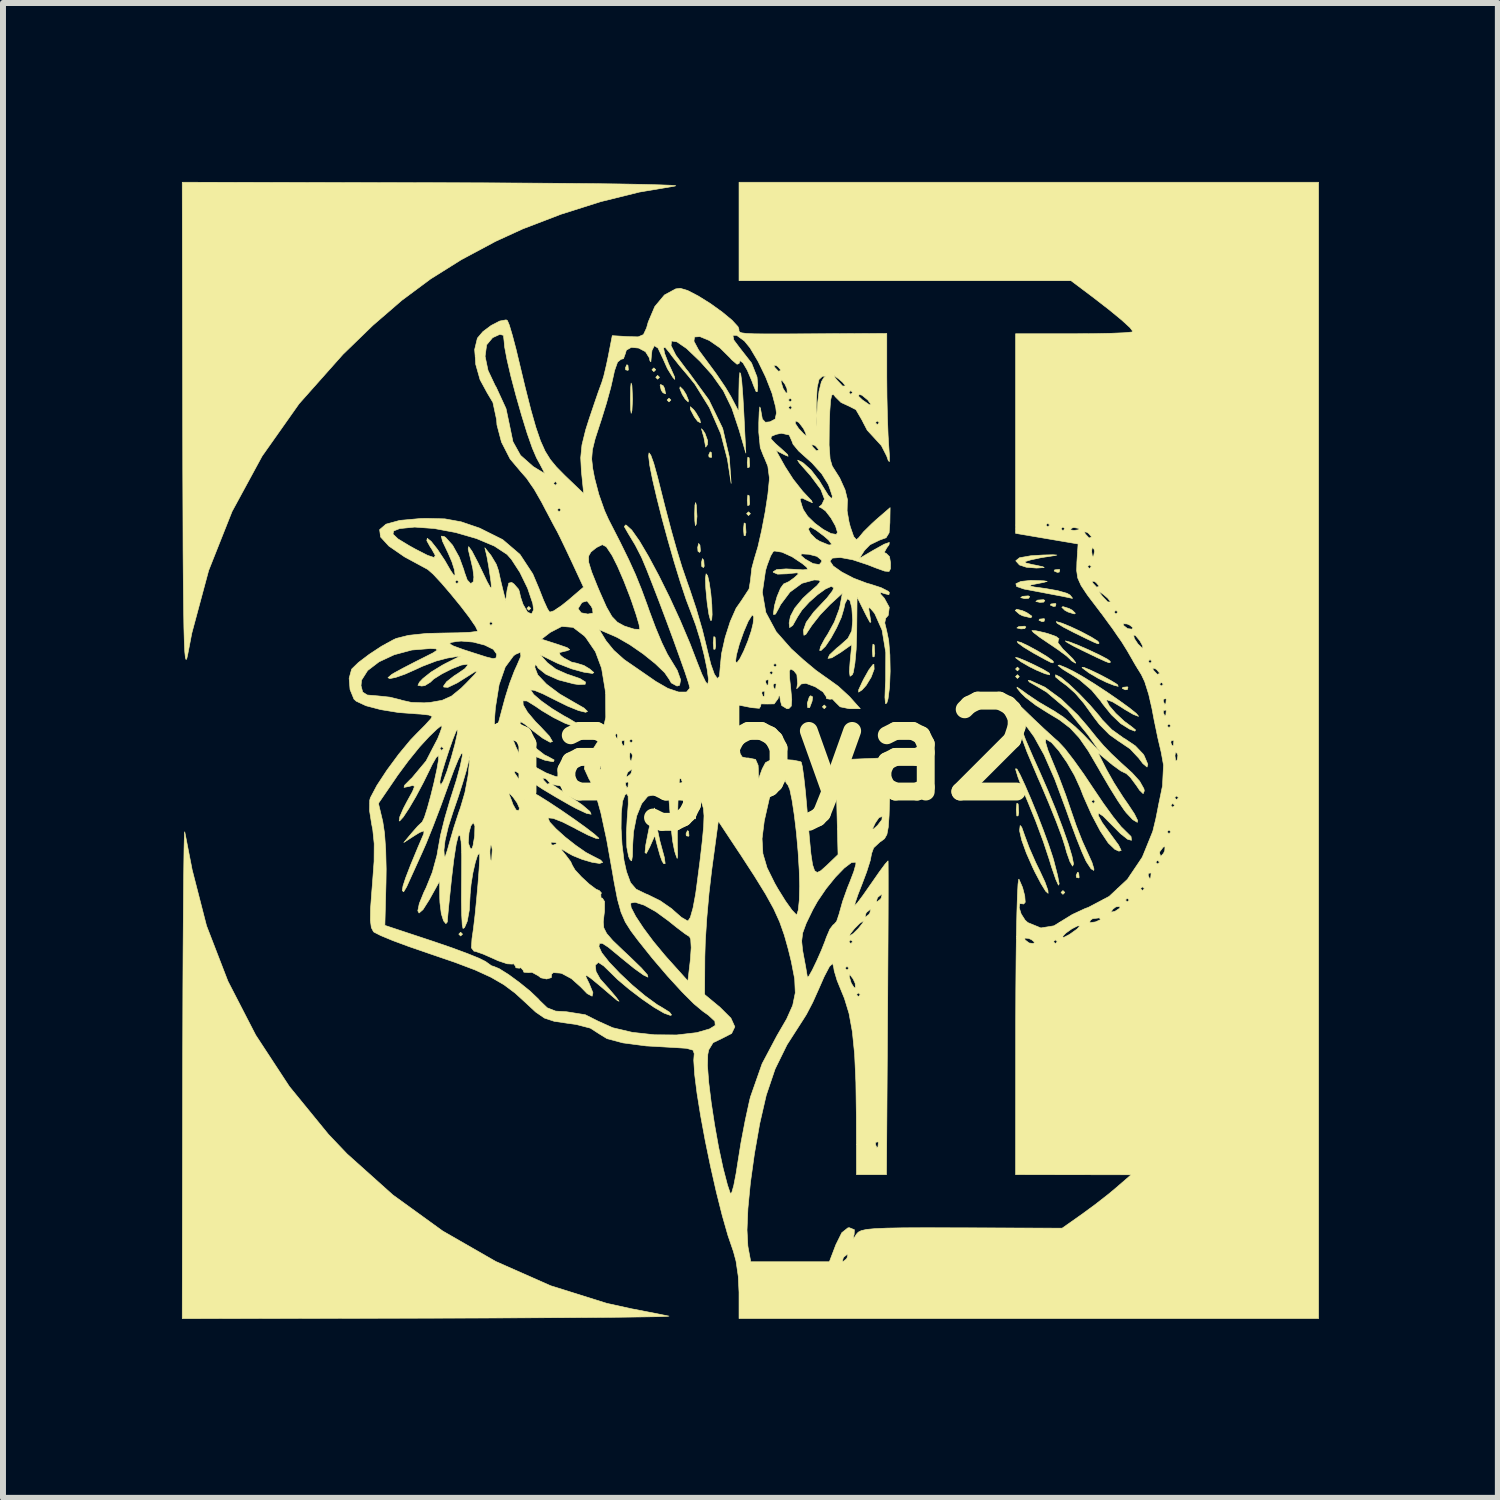
<source format=kicad_pcb>
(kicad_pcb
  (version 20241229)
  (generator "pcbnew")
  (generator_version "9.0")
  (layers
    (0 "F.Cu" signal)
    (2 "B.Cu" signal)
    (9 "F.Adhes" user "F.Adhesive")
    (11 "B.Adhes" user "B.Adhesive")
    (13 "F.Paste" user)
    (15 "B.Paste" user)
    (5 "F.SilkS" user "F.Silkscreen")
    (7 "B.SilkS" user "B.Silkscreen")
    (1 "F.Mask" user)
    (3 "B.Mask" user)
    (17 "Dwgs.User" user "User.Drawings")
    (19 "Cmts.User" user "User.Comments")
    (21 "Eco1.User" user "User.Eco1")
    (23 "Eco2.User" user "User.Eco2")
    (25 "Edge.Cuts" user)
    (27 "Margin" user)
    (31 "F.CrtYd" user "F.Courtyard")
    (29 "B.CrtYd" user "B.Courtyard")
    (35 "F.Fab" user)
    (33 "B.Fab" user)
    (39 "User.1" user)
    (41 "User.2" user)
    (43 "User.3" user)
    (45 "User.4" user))
  (footprint "nagoya2"
    (layer "F.Cu")
    (at 9.53 9.53)
    (property "Reference" "nagoya2" (at 0 0 0) (layer "F.SilkS") (effects (font (size 1.524 1.524) (thickness 0.3))))
    (attr through_hole)
    (fp_poly (pts (xy -4.826 3.08) (xy -4.858 3.111) (xy -4.889 3.08) (xy -4.858 3.048) (xy -4.826 3.08)) (stroke (width 0.01) (type solid)) (fill yes) (layer "F.SilkS"))
    (fp_poly (pts (xy -3.683 -2.381) (xy -3.715 -2.349) (xy -3.747 -2.381) (xy -3.715 -2.413) (xy -3.683 -2.381)) (stroke (width 0.01) (type solid)) (fill yes) (layer "F.SilkS"))
    (fp_poly (pts (xy -1.587 -6.382) (xy -1.619 -6.35) (xy -1.651 -6.382) (xy -1.619 -6.413) (xy -1.587 -6.382)) (stroke (width 0.01) (type solid)) (fill yes) (layer "F.SilkS"))
    (fp_poly (pts (xy -1.524 -6.255) (xy -1.556 -6.223) (xy -1.587 -6.255) (xy -1.556 -6.287) (xy -1.524 -6.255)) (stroke (width 0.01) (type solid)) (fill yes) (layer "F.SilkS"))
    (fp_poly (pts (xy -1.333 -5.874) (xy -1.365 -5.842) (xy -1.397 -5.874) (xy -1.365 -5.905) (xy -1.333 -5.874)) (stroke (width 0.01) (type solid)) (fill yes) (layer "F.SilkS"))
    (fp_poly (pts (xy 0 -3.969) (xy -0.032 -3.937) (xy -0.064 -3.969) (xy -0.032 -4) (xy 0 -3.969)) (stroke (width 0.01) (type solid)) (fill yes) (layer "F.SilkS"))
    (fp_poly (pts (xy 1.27 -0.73) (xy 1.238 -0.699) (xy 1.206 -0.73) (xy 1.238 -0.762) (xy 1.27 -0.73)) (stroke (width 0.01) (type solid)) (fill yes) (layer "F.SilkS"))
    (fp_poly (pts (xy 4.508 -1.365) (xy 4.477 -1.333) (xy 4.445 -1.365) (xy 4.477 -1.397) (xy 4.508 -1.365)) (stroke (width 0.01) (type solid)) (fill yes) (layer "F.SilkS"))
    (fp_poly (pts (xy 4.508 -1.238) (xy 4.477 -1.206) (xy 4.445 -1.238) (xy 4.477 -1.27) (xy 4.508 -1.238)) (stroke (width 0.01) (type solid)) (fill yes) (layer "F.SilkS"))
    (fp_poly (pts (xy 5.271 2.381) (xy 5.239 2.413) (xy 5.207 2.381) (xy 5.239 2.349) (xy 5.271 2.381)) (stroke (width 0.01) (type solid)) (fill yes) (layer "F.SilkS"))
    (fp_poly (pts (xy -2.053 -6.456) (xy -2.046 -6.38) (xy -2.053 -6.371) (xy -2.091 -6.38) (xy -2.095 -6.413) (xy -2.072 -6.466) (xy -2.053 -6.456)) (stroke (width 0.01) (type solid)) (fill yes) (layer "F.SilkS"))
    (fp_poly (pts (xy -1.037 1.355) (xy -1.03 1.43) (xy -1.037 1.439) (xy -1.075 1.431) (xy -1.079 1.397) (xy -1.056 1.345) (xy -1.037 1.355)) (stroke (width 0.01) (type solid)) (fill yes) (layer "F.SilkS"))
    (fp_poly (pts (xy -0.846 -3.441) (xy -0.838 -3.342) (xy -0.851 -3.319) (xy -0.879 -3.338) (xy -0.884 -3.403) (xy -0.868 -3.47) (xy -0.846 -3.441)) (stroke (width 0.01) (type solid)) (fill yes) (layer "F.SilkS"))
    (fp_poly (pts (xy -0.782 -3.187) (xy -0.775 -3.088) (xy -0.787 -3.065) (xy -0.816 -3.084) (xy -0.82 -3.149) (xy -0.805 -3.216) (xy -0.782 -3.187)) (stroke (width 0.01) (type solid)) (fill yes) (layer "F.SilkS"))
    (fp_poly (pts (xy -0.656 -4.995) (xy -0.649 -4.92) (xy -0.656 -4.911) (xy -0.694 -4.919) (xy -0.699 -4.953) (xy -0.675 -5.005) (xy -0.656 -4.995)) (stroke (width 0.01) (type solid)) (fill yes) (layer "F.SilkS"))
    (fp_poly (pts (xy -0.021 -4.905) (xy -0.013 -4.775) (xy -0.021 -4.747) (xy -0.045 -4.739) (xy -0.053 -4.826) (xy -0.043 -4.916) (xy -0.021 -4.905)) (stroke (width 0.01) (type solid)) (fill yes) (layer "F.SilkS"))
    (fp_poly (pts (xy -0.021 -4.27) (xy -0.013 -4.14) (xy -0.021 -4.112) (xy -0.045 -4.104) (xy -0.053 -4.191) (xy -0.043 -4.281) (xy -0.021 -4.27)) (stroke (width 0.01) (type solid)) (fill yes) (layer "F.SilkS"))
    (fp_poly (pts (xy 4.618 -2.07) (xy 4.599 -2.042) (xy 4.535 -2.037) (xy 4.467 -2.053) (xy 4.497 -2.075) (xy 4.596 -2.083) (xy 4.618 -2.07)) (stroke (width 0.01) (type solid)) (fill yes) (layer "F.SilkS"))
    (fp_poly (pts (xy 4.682 -2.578) (xy 4.663 -2.55) (xy 4.598 -2.545) (xy 4.531 -2.561) (xy 4.56 -2.583) (xy 4.659 -2.591) (xy 4.682 -2.578)) (stroke (width 0.01) (type solid)) (fill yes) (layer "F.SilkS"))
    (fp_poly (pts (xy 4.932 -2.201) (xy 4.923 -2.164) (xy 4.889 -2.159) (xy 4.837 -2.182) (xy 4.847 -2.201) (xy 4.923 -2.209) (xy 4.932 -2.201)) (stroke (width 0.01) (type solid)) (fill yes) (layer "F.SilkS"))
    (fp_poly (pts (xy 4.936 -2.515) (xy 4.917 -2.486) (xy 4.852 -2.482) (xy 4.785 -2.497) (xy 4.814 -2.52) (xy 4.913 -2.527) (xy 4.936 -2.515)) (stroke (width 0.01) (type solid)) (fill yes) (layer "F.SilkS"))
    (fp_poly (pts (xy 5.122 -2.455) (xy 5.114 -2.418) (xy 5.08 -2.413) (xy 5.028 -2.436) (xy 5.038 -2.455) (xy 5.113 -2.463) (xy 5.122 -2.455)) (stroke (width 0.01) (type solid)) (fill yes) (layer "F.SilkS"))
    (fp_poly (pts (xy 5.186 -3.027) (xy 5.177 -2.989) (xy 5.144 -2.985) (xy 5.091 -3.008) (xy 5.101 -3.027) (xy 5.177 -3.034) (xy 5.186 -3.027)) (stroke (width 0.01) (type solid)) (fill yes) (layer "F.SilkS"))
    (fp_poly (pts (xy 5.503 2.053) (xy 5.511 2.129) (xy 5.503 2.138) (xy 5.466 2.129) (xy 5.461 2.095) (xy 5.484 2.043) (xy 5.503 2.053)) (stroke (width 0.01) (type solid)) (fill yes) (layer "F.SilkS"))
    (fp_poly (pts (xy 6.329 -1.058) (xy 6.32 -1.021) (xy 6.287 -1.016) (xy 6.234 -1.039) (xy 6.244 -1.058) (xy 6.32 -1.066) (xy 6.329 -1.058)) (stroke (width 0.01) (type solid)) (fill yes) (layer "F.SilkS"))
    (fp_poly (pts (xy -1.462 -6.113) (xy -1.439 -6.067) (xy -1.422 -5.978) (xy -1.465 -5.995) (xy -1.495 -6.037) (xy -1.514 -6.12) (xy -1.506 -6.135) (xy -1.462 -6.113)) (stroke (width 0.01) (type solid)) (fill yes) (layer "F.SilkS"))
    (fp_poly (pts (xy 1.043 -0.897) (xy 1.034 -0.826) (xy 0.992 -0.716) (xy 0.961 -0.717) (xy 0.953 -0.79) (xy 0.987 -0.896) (xy 1.01 -0.917) (xy 1.043 -0.897)) (stroke (width 0.01) (type solid)) (fill yes) (layer "F.SilkS"))
    (fp_poly (pts (xy -1.128 -6.047) (xy -1.079 -5.969) (xy -1.039 -5.871) (xy -1.043 -5.842) (xy -1.094 -5.891) (xy -1.143 -5.969) (xy -1.184 -6.067) (xy -1.179 -6.096) (xy -1.128 -6.047)) (stroke (width 0.01) (type solid)) (fill yes) (layer "F.SilkS"))
    (fp_poly (pts (xy -0.953 -5.714) (xy -0.914 -5.662) (xy -0.848 -5.549) (xy -0.837 -5.492) (xy -0.885 -5.518) (xy -0.939 -5.59) (xy -1.005 -5.715) (xy -1.008 -5.762) (xy -0.953 -5.714)) (stroke (width 0.01) (type solid)) (fill yes) (layer "F.SilkS"))
    (fp_poly (pts (xy -0.907 -4.111) (xy -0.896 -3.923) (xy -0.908 -3.793) (xy -0.923 -3.768) (xy -0.932 -3.851) (xy -0.934 -3.969) (xy -0.93 -4.113) (xy -0.918 -4.155) (xy -0.907 -4.111)) (stroke (width 0.01) (type solid)) (fill yes) (layer "F.SilkS"))
    (fp_poly (pts (xy -0.594 -1.899) (xy -0.591 -1.888) (xy -0.582 -1.75) (xy -0.593 -1.697) (xy -0.614 -1.695) (xy -0.623 -1.795) (xy -0.623 -1.81) (xy -0.613 -1.908) (xy -0.594 -1.899)) (stroke (width 0.01) (type solid)) (fill yes) (layer "F.SilkS"))
    (fp_poly (pts (xy -0.086 -3.804) (xy -0.083 -3.793) (xy -0.074 -3.655) (xy -0.085 -3.602) (xy -0.106 -3.6) (xy -0.115 -3.7) (xy -0.115 -3.715) (xy -0.105 -3.813) (xy -0.086 -3.804)) (stroke (width 0.01) (type solid)) (fill yes) (layer "F.SilkS"))
    (fp_poly (pts (xy 2.073 -1.772) (xy 2.076 -1.761) (xy 2.085 -1.623) (xy 2.074 -1.57) (xy 2.053 -1.568) (xy 2.044 -1.668) (xy 2.044 -1.683) (xy 2.054 -1.781) (xy 2.073 -1.772)) (stroke (width 0.01) (type solid)) (fill yes) (layer "F.SilkS"))
    (fp_poly (pts (xy 4.486 0.895) (xy 4.489 0.906) (xy 4.498 1.044) (xy 4.487 1.097) (xy 4.466 1.099) (xy 4.457 0.999) (xy 4.457 0.984) (xy 4.467 0.886) (xy 4.486 0.895)) (stroke (width 0.01) (type solid)) (fill yes) (layer "F.SilkS"))
    (fp_poly (pts (xy 5.343 -2.379) (xy 5.397 -2.349) (xy 5.448 -2.299) (xy 5.429 -2.288) (xy 5.325 -2.32) (xy 5.271 -2.349) (xy 5.22 -2.4) (xy 5.239 -2.411) (xy 5.343 -2.379)) (stroke (width 0.01) (type solid)) (fill yes) (layer "F.SilkS"))
    (fp_poly (pts (xy -0.794 -5.364) (xy -0.762 -5.316) (xy -0.716 -5.19) (xy -0.721 -5.125) (xy -0.75 -5.085) (xy -0.757 -5.122) (xy -0.779 -5.244) (xy -0.799 -5.313) (xy -0.821 -5.393) (xy -0.794 -5.364)) (stroke (width 0.01) (type solid)) (fill yes) (layer "F.SilkS"))
    (fp_poly (pts (xy 4.562 -2.342) (xy 4.636 -2.308) (xy 4.719 -2.25) (xy 4.703 -2.224) (xy 4.699 -2.224) (xy 4.562 -2.257) (xy 4.51 -2.284) (xy 4.439 -2.346) (xy 4.464 -2.367) (xy 4.562 -2.342)) (stroke (width 0.01) (type solid)) (fill yes) (layer "F.SilkS"))
    (fp_poly (pts (xy -1.988 -6.124) (xy -1.986 -6.112) (xy -1.976 -5.889) (xy -1.986 -5.699) (xy -1.999 -5.651) (xy -2.008 -5.716) (xy -2.012 -5.879) (xy -2.012 -5.905) (xy -2.008 -6.08) (xy -2 -6.158) (xy -1.988 -6.124)) (stroke (width 0.01) (type solid)) (fill yes) (layer "F.SilkS"))
    (fp_poly (pts (xy 2.074 -1.362) (xy 2.024 -1.228) (xy 1.94 -1.09) (xy 1.871 -1.014) (xy 1.814 -0.977) (xy 1.815 -1.017) (xy 1.876 -1.149) (xy 1.9 -1.197) (xy 1.986 -1.35) (xy 2.051 -1.436) (xy 2.07 -1.444) (xy 2.074 -1.362)) (stroke (width 0.01) (type solid)) (fill yes) (layer "F.SilkS"))
    (fp_poly (pts (xy 4.494 -1.549) (xy 4.616 -1.499) (xy 4.768 -1.428) (xy 4.911 -1.356) (xy 5.003 -1.3) (xy 5.011 -1.294) (xy 5.018 -1.267) (xy 4.938 -1.286) (xy 4.802 -1.343) (xy 4.683 -1.401) (xy 4.537 -1.485) (xy 4.453 -1.546) (xy 4.445 -1.559) (xy 4.494 -1.549)) (stroke (width 0.01) (type solid)) (fill yes) (layer "F.SilkS"))
    (fp_poly (pts (xy 5.592 -1.391) (xy 5.701 -1.346) (xy 5.849 -1.275) (xy 6.001 -1.195) (xy 6.122 -1.124) (xy 6.154 -1.101) (xy 6.166 -1.074) (xy 6.094 -1.092) (xy 5.967 -1.142) (xy 5.83 -1.209) (xy 5.675 -1.3) (xy 5.572 -1.377) (xy 5.559 -1.393) (xy 5.592 -1.391)) (stroke (width 0.01) (type solid)) (fill yes) (layer "F.SilkS"))
    (fp_poly (pts (xy -0.717 -2.928) (xy -0.689 -2.805) (xy -0.664 -2.631) (xy -0.647 -2.442) (xy -0.642 -2.277) (xy -0.65 -2.183) (xy -0.669 -2.18) (xy -0.696 -2.281) (xy -0.724 -2.467) (xy -0.727 -2.495) (xy -0.748 -2.716) (xy -0.754 -2.883) (xy -0.743 -2.961) (xy -0.743 -2.961) (xy -0.717 -2.928)) (stroke (width 0.01) (type solid)) (fill yes) (layer "F.SilkS"))
    (fp_poly (pts (xy 4.534 -1.811) (xy 4.664 -1.749) (xy 4.822 -1.663) (xy 4.968 -1.575) (xy 5.063 -1.507) (xy 5.08 -1.486) (xy 5.074 -1.467) (xy 5.038 -1.475) (xy 4.947 -1.521) (xy 4.774 -1.616) (xy 4.747 -1.631) (xy 4.586 -1.728) (xy 4.487 -1.8) (xy 4.472 -1.826) (xy 4.534 -1.811)) (stroke (width 0.01) (type solid)) (fill yes) (layer "F.SilkS"))
    (fp_poly (pts (xy 5.223 -2.133) (xy 5.377 -2.069) (xy 5.554 -1.985) (xy 5.714 -1.9) (xy 5.821 -1.833) (xy 5.842 -1.809) (xy 5.842 -1.79) (xy 5.824 -1.788) (xy 5.765 -1.811) (xy 5.64 -1.87) (xy 5.429 -1.973) (xy 5.251 -2.065) (xy 5.143 -2.131) (xy 5.127 -2.159) (xy 5.13 -2.159) (xy 5.223 -2.133)) (stroke (width 0.01) (type solid)) (fill yes) (layer "F.SilkS"))
    (fp_poly (pts (xy 5.357 -1.816) (xy 5.505 -1.758) (xy 5.684 -1.679) (xy 5.857 -1.597) (xy 5.986 -1.529) (xy 6.032 -1.493) (xy 6.031 -1.472) (xy 6.01 -1.47) (xy 5.944 -1.496) (xy 5.809 -1.558) (xy 5.62 -1.649) (xy 5.434 -1.74) (xy 5.312 -1.808) (xy 5.278 -1.836) (xy 5.278 -1.836) (xy 5.357 -1.816)) (stroke (width 0.01) (type solid)) (fill yes) (layer "F.SilkS"))
    (fp_poly (pts (xy 4.548 1.287) (xy 4.598 1.429) (xy 4.674 1.633) (xy 4.782 1.879) (xy 4.852 2.022) (xy 4.938 2.207) (xy 4.987 2.344) (xy 4.991 2.396) (xy 4.95 2.36) (xy 4.871 2.232) (xy 4.769 2.038) (xy 4.733 1.963) (xy 4.627 1.723) (xy 4.549 1.507) (xy 4.514 1.356) (xy 4.513 1.335) (xy 4.522 1.258) (xy 4.548 1.287)) (stroke (width 0.01) (type solid)) (fill yes) (layer "F.SilkS"))
    (fp_poly (pts (xy -1.597 0.994) (xy -1.592 1.079) (xy -1.569 1.279) (xy -1.518 1.518) (xy -1.495 1.603) (xy -1.443 1.794) (xy -1.429 1.897) (xy -1.453 1.899) (xy -1.48 1.857) (xy -1.513 1.767) (xy -1.555 1.619) (xy -1.604 1.429) (xy -1.688 1.619) (xy -1.745 1.727) (xy -1.767 1.714) (xy -1.754 1.584) (xy -1.706 1.338) (xy -1.684 1.238) (xy -1.638 1.044) (xy -1.61 0.966) (xy -1.597 0.994)) (stroke (width 0.01) (type solid)) (fill yes) (layer "F.SilkS"))
    (fp_poly (pts (xy 4.786 -2.006) (xy 4.93 -1.974) (xy 4.988 -1.958) (xy 5.125 -1.909) (xy 5.174 -1.87) (xy 5.163 -1.86) (xy 5.155 -1.806) (xy 5.239 -1.698) (xy 5.29 -1.649) (xy 5.403 -1.538) (xy 5.453 -1.471) (xy 5.449 -1.462) (xy 5.379 -1.505) (xy 5.368 -1.52) (xy 5.298 -1.585) (xy 5.154 -1.691) (xy 5.015 -1.785) (xy 4.851 -1.896) (xy 4.744 -1.978) (xy 4.719 -2.009) (xy 4.786 -2.006)) (stroke (width 0.01) (type solid)) (fill yes) (layer "F.SilkS"))
    (fp_poly (pts (xy 5.137 -3.275) (xy 5.089 -3.264) (xy 5.08 -3.263) (xy 4.876 -3.232) (xy 4.699 -3.194) (xy 4.604 -3.165) (xy 4.613 -3.143) (xy 4.734 -3.114) (xy 4.763 -3.109) (xy 4.903 -3.079) (xy 4.925 -3.066) (xy 4.832 -3.059) (xy 4.794 -3.057) (xy 4.625 -3.071) (xy 4.51 -3.109) (xy 4.448 -3.179) (xy 4.511 -3.23) (xy 4.699 -3.263) (xy 4.907 -3.276) (xy 5.073 -3.28) (xy 5.137 -3.275)) (stroke (width 0.01) (type solid)) (fill yes) (layer "F.SilkS"))
    (fp_poly (pts (xy 4.468 0.312) (xy 4.524 0.414) (xy 4.605 0.589) (xy 4.703 0.816) (xy 4.808 1.072) (xy 4.909 1.334) (xy 4.999 1.58) (xy 5.068 1.787) (xy 5.084 1.841) (xy 5.15 2.098) (xy 5.176 2.238) (xy 5.164 2.259) (xy 5.12 2.163) (xy 5.047 1.951) (xy 5.011 1.832) (xy 4.911 1.53) (xy 4.784 1.188) (xy 4.658 0.879) (xy 4.658 0.879) (xy 4.559 0.644) (xy 4.486 0.449) (xy 4.448 0.325) (xy 4.446 0.307) (xy 4.468 0.312)) (stroke (width 0.01) (type solid)) (fill yes) (layer "F.SilkS"))
    (fp_poly (pts (xy 4.747 -2.849) (xy 4.92 -2.843) (xy 4.975 -2.834) (xy 4.919 -2.817) (xy 4.826 -2.799) (xy 4.707 -2.775) (xy 4.682 -2.757) (xy 4.763 -2.739) (xy 4.948 -2.714) (xy 5.152 -2.678) (xy 5.306 -2.634) (xy 5.358 -2.605) (xy 5.4 -2.552) (xy 5.394 -2.549) (xy 5.321 -2.565) (xy 5.164 -2.596) (xy 5.048 -2.618) (xy 4.832 -2.659) (xy 4.648 -2.694) (xy 4.588 -2.705) (xy 4.463 -2.748) (xy 4.45 -2.794) (xy 4.534 -2.833) (xy 4.7 -2.85) (xy 4.747 -2.849)) (stroke (width 0.01) (type solid)) (fill yes) (layer "F.SilkS"))
    (fp_poly (pts (xy 5.202 -1.225) (xy 5.341 -1.11) (xy 5.512 -0.948) (xy 5.689 -0.763) (xy 5.847 -0.58) (xy 5.896 -0.516) (xy 6.057 -0.349) (xy 6.255 -0.207) (xy 6.279 -0.194) (xy 6.453 -0.076) (xy 6.585 0.063) (xy 6.601 0.089) (xy 6.662 0.233) (xy 6.649 0.279) (xy 6.578 0.219) (xy 6.51 0.129) (xy 6.365 -0.026) (xy 6.182 -0.15) (xy 6.178 -0.152) (xy 6.021 -0.263) (xy 5.85 -0.436) (xy 5.762 -0.551) (xy 5.589 -0.791) (xy 5.447 -0.957) (xy 5.305 -1.084) (xy 5.206 -1.156) (xy 5.117 -1.23) (xy 5.115 -1.266) (xy 5.119 -1.267) (xy 5.202 -1.225)) (stroke (width 0.01) (type solid)) (fill yes) (layer "F.SilkS"))
    (fp_poly (pts (xy 5.301 -1.381) (xy 5.413 -1.326) (xy 5.572 -1.236) (xy 5.769 -1.114) (xy 5.981 -0.975) (xy 6.184 -0.835) (xy 6.355 -0.711) (xy 6.47 -0.618) (xy 6.507 -0.573) (xy 6.502 -0.572) (xy 6.417 -0.605) (xy 6.274 -0.688) (xy 6.206 -0.733) (xy 6.066 -0.817) (xy 5.981 -0.847) (xy 5.969 -0.837) (xy 6.014 -0.75) (xy 6.124 -0.622) (xy 6.264 -0.491) (xy 6.386 -0.401) (xy 6.457 -0.343) (xy 6.445 -0.323) (xy 6.356 -0.357) (xy 6.22 -0.442) (xy 6.202 -0.455) (xy 6.052 -0.598) (xy 5.902 -0.784) (xy 5.87 -0.831) (xy 5.72 -1.011) (xy 5.518 -1.184) (xy 5.431 -1.241) (xy 5.242 -1.357) (xy 5.157 -1.423) (xy 5.177 -1.432) (xy 5.301 -1.381)) (stroke (width 0.01) (type solid)) (fill yes) (layer "F.SilkS"))
    (fp_poly (pts (xy -5.191 -9.517) (xy -4.475 -9.515) (xy -3.808 -9.511) (xy -3.198 -9.507) (xy -2.654 -9.502) (xy -2.187 -9.496) (xy -1.803 -9.489) (xy -1.514 -9.481) (xy -1.327 -9.474) (xy -1.251 -9.466) (xy -1.27 -9.46) (xy -1.861 -9.36) (xy -2.511 -9.199) (xy -3.177 -8.988) (xy -3.816 -8.743) (xy -4.274 -8.533) (xy -4.849 -8.225) (xy -5.361 -7.904) (xy -5.844 -7.545) (xy -6.33 -7.125) (xy -6.831 -6.639) (xy -7.566 -5.812) (xy -8.185 -4.935) (xy -8.69 -4.005) (xy -9.082 -3.017) (xy -9.364 -1.968) (xy -9.431 -1.619) (xy -9.447 -1.546) (xy -9.46 -1.522) (xy -9.472 -1.554) (xy -9.482 -1.65) (xy -9.49 -1.816) (xy -9.497 -2.061) (xy -9.502 -2.391) (xy -9.507 -2.814) (xy -9.511 -3.337) (xy -9.513 -3.966) (xy -9.516 -4.71) (xy -9.517 -5.35) (xy -9.525 -9.525) (xy -5.191 -9.517)) (stroke (width 0.01) (type solid)) (fill yes) (layer "F.SilkS"))
    (fp_poly (pts (xy -9.459 1.486) (xy -9.419 1.692) (xy -9.37 1.942) (xy -9.359 2) (xy -9.118 2.939) (xy -8.759 3.869) (xy -8.293 4.773) (xy -7.729 5.634) (xy -7.075 6.435) (xy -6.763 6.763) (xy -5.994 7.452) (xy -5.158 8.057) (xy -4.27 8.567) (xy -3.349 8.974) (xy -2.412 9.268) (xy -2 9.359) (xy -1.745 9.408) (xy -1.526 9.451) (xy -1.383 9.48) (xy -1.365 9.483) (xy -1.405 9.488) (xy -1.561 9.493) (xy -1.825 9.497) (xy -2.185 9.502) (xy -2.631 9.506) (xy -3.154 9.509) (xy -3.744 9.512) (xy -4.389 9.515) (xy -5.082 9.517) (xy -5.382 9.518) (xy -9.525 9.525) (xy -9.518 5.382) (xy -9.516 4.673) (xy -9.514 4.007) (xy -9.511 3.393) (xy -9.507 2.841) (xy -9.503 2.361) (xy -9.499 1.964) (xy -9.495 1.659) (xy -9.49 1.456) (xy -9.485 1.367) (xy -9.483 1.365) (xy -9.459 1.486)) (stroke (width 0.01) (type solid)) (fill yes) (layer "F.SilkS"))
    (fp_poly (pts (xy 4.699 -1.168) (xy 4.938 -1.059) (xy 5.211 -0.859) (xy 5.489 -0.592) (xy 5.652 -0.403) (xy 5.802 -0.217) (xy 5.924 -0.075) (xy 6.051 0.056) (xy 6.215 0.21) (xy 6.398 0.376) (xy 6.525 0.516) (xy 6.597 0.644) (xy 6.603 0.678) (xy 6.584 0.725) (xy 6.524 0.667) (xy 6.47 0.587) (xy 6.372 0.455) (xy 6.297 0.384) (xy 6.285 0.381) (xy 6.208 0.343) (xy 6.078 0.249) (xy 6.03 0.21) (xy 5.827 0.04) (xy 5.97 0.322) (xy 6.094 0.542) (xy 6.25 0.787) (xy 6.332 0.905) (xy 6.437 1.064) (xy 6.491 1.173) (xy 6.486 1.206) (xy 6.409 1.16) (xy 6.3 1.044) (xy 6.266 1) (xy 6.161 0.846) (xy 6.022 0.622) (xy 5.876 0.373) (xy 5.845 0.318) (xy 5.665 0.01) (xy 5.512 -0.211) (xy 5.36 -0.375) (xy 5.181 -0.512) (xy 4.989 -0.628) (xy 4.786 -0.756) (xy 4.613 -0.889) (xy 4.54 -0.959) (xy 4.469 -1.046) (xy 4.47 -1.061) (xy 4.556 -1.003) (xy 4.636 -0.944) (xy 4.839 -0.808) (xy 5.05 -0.684) (xy 5.08 -0.668) (xy 5.246 -0.559) (xy 5.445 -0.396) (xy 5.584 -0.262) (xy 5.865 0.032) (xy 5.657 -0.263) (xy 5.316 -0.681) (xy 4.962 -0.98) (xy 4.793 -1.08) (xy 4.675 -1.148) (xy 4.657 -1.175) (xy 4.699 -1.168)) (stroke (width 0.01) (type solid)) (fill yes) (layer "F.SilkS"))
    (fp_poly (pts (xy 4.737 -0.538) (xy 4.918 -0.367) (xy 5.091 -0.209) (xy 5.167 -0.142) (xy 5.27 -0.031) (xy 5.418 0.16) (xy 5.591 0.402) (xy 5.742 0.628) (xy 5.916 0.886) (xy 6.08 1.112) (xy 6.214 1.279) (xy 6.292 1.356) (xy 6.381 1.444) (xy 6.388 1.507) (xy 6.323 1.489) (xy 6.203 1.394) (xy 6.057 1.247) (xy 5.911 1.1) (xy 5.835 1.05) (xy 5.831 1.09) (xy 5.898 1.212) (xy 6.039 1.406) (xy 6.041 1.409) (xy 6.171 1.586) (xy 6.216 1.677) (xy 6.178 1.689) (xy 6.109 1.658) (xy 5.999 1.552) (xy 5.865 1.351) (xy 5.721 1.079) (xy 5.622 0.857) (xy 5.715 0.857) (xy 5.747 0.889) (xy 5.779 0.857) (xy 5.747 0.826) (xy 5.715 0.857) (xy 5.622 0.857) (xy 5.58 0.762) (xy 5.531 0.635) (xy 5.433 0.42) (xy 5.306 0.201) (xy 5.17 0.006) (xy 5.046 -0.134) (xy 4.954 -0.19) (xy 4.952 -0.191) (xy 4.947 -0.138) (xy 4.988 -0.002) (xy 5.06 0.175) (xy 5.167 0.433) (xy 5.283 0.741) (xy 5.369 0.992) (xy 5.462 1.262) (xy 5.565 1.524) (xy 5.651 1.713) (xy 5.725 1.876) (xy 5.759 1.988) (xy 5.756 2.012) (xy 5.71 1.984) (xy 5.637 1.873) (xy 5.621 1.844) (xy 5.557 1.7) (xy 5.466 1.472) (xy 5.363 1.195) (xy 5.294 1) (xy 5.101 0.48) (xy 4.923 0.074) (xy 4.755 -0.229) (xy 4.644 -0.382) (xy 4.556 -0.474) (xy 4.52 -0.475) (xy 4.539 -0.379) (xy 4.612 -0.181) (xy 4.743 0.122) (xy 4.851 0.362) (xy 4.989 0.678) (xy 5.12 0.996) (xy 5.234 1.298) (xy 5.327 1.562) (xy 5.39 1.771) (xy 5.417 1.903) (xy 5.402 1.939) (xy 5.399 1.938) (xy 5.356 1.863) (xy 5.301 1.707) (xy 5.276 1.613) (xy 5.223 1.448) (xy 5.129 1.197) (xy 5.006 0.892) (xy 4.866 0.561) (xy 4.82 0.458) (xy 4.635 0.021) (xy 4.515 -0.307) (xy 4.461 -0.526) (xy 4.458 -0.596) (xy 4.477 -0.789) (xy 4.737 -0.538)) (stroke (width 0.01) (type solid)) (fill yes) (layer "F.SilkS"))
    (fp_poly (pts (xy 9.525 9.525) (xy -0.191 9.525) (xy -0.191 9.082) (xy -0.204 8.815) (xy -0.241 8.562) (xy -0.285 8.399) (xy -0.376 8.134) (xy -0.473 7.794) (xy -0.572 7.4) (xy -0.668 6.976) (xy -0.757 6.545) (xy -0.834 6.128) (xy -0.895 5.749) (xy -0.935 5.43) (xy -0.95 5.194) (xy -0.942 5.083) (xy -0.962 5.025) (xy -1.072 4.994) (xy -1.238 4.983) (xy -1.747 4.954) (xy -2.137 4.903) (xy -2.404 4.832) (xy -2.539 4.749) (xy -2.683 4.656) (xy -2.921 4.594) (xy -3.06 4.575) (xy -3.29 4.541) (xy -3.453 4.487) (xy -3.601 4.385) (xy -3.762 4.235) (xy -3.945 4.068) (xy -4.132 3.928) (xy -4.348 3.803) (xy -4.614 3.681) (xy -4.955 3.552) (xy -5.394 3.402) (xy -5.422 3.392) (xy -5.73 3.286) (xy -5.997 3.187) (xy -6.199 3.103) (xy -6.311 3.046) (xy -6.32 3.037) (xy -6.355 2.97) (xy -6.371 2.848) (xy -6.368 2.649) (xy -6.346 2.351) (xy -6.338 2.254) (xy -6.309 1.862) (xy -6.307 1.563) (xy -6.331 1.327) (xy -6.349 1.238) (xy -6.385 1.01) (xy -6.383 0.888) (xy -6.236 0.888) (xy -6.163 1.194) (xy -6.134 1.388) (xy -6.114 1.667) (xy -6.106 1.99) (xy -6.109 2.216) (xy -6.128 2.933) (xy -5.316 3.202) (xy -5.01 3.307) (xy -4.745 3.405) (xy -4.547 3.485) (xy -4.439 3.539) (xy -4.43 3.546) (xy -4.339 3.611) (xy -4.308 3.619) (xy -4.213 3.658) (xy -4.056 3.756) (xy -3.872 3.891) (xy -3.694 4.035) (xy -3.556 4.166) (xy -3.533 4.193) (xy -3.406 4.315) (xy -3.266 4.37) (xy -3.082 4.381) (xy -2.768 4.431) (xy -2.553 4.539) (xy -2.308 4.649) (xy -1.981 4.726) (xy -1.61 4.767) (xy -1.236 4.77) (xy -0.899 4.731) (xy -0.683 4.668) (xy -0.59 4.61) (xy -0.596 4.539) (xy -0.705 4.438) (xy -0.796 4.374) (xy -0.948 4.247) (xy -1.103 4.092) (xy -0.768 4.092) (xy -0.511 4.305) (xy -0.327 4.488) (xy -0.261 4.633) (xy -0.315 4.745) (xy -0.469 4.824) (xy -0.626 4.9) (xy -0.699 5.02) (xy -0.715 5.099) (xy -0.72 5.285) (xy -0.699 5.565) (xy -0.657 5.906) (xy -0.6 6.279) (xy -0.533 6.654) (xy -0.459 6.999) (xy -0.385 7.284) (xy -0.336 7.429) (xy -0.313 7.413) (xy -0.279 7.293) (xy -0.24 7.09) (xy -0.214 6.923) (xy -0.159 6.579) (xy -0.088 6.207) (xy -0.016 5.876) (xy -0.000382 5.812) (xy 0.196 5.252) (xy 0.445 4.782) (xy 0.608 4.501) (xy 0.709 4.274) (xy 0.752 4.064) (xy 0.742 3.831) (xy 0.685 3.537) (xy 0.635 3.334) (xy 0.597 3.197) (xy 0.859 3.197) (xy 0.875 3.353) (xy 0.89 3.434) (xy 0.926 3.627) (xy 0.949 3.764) (xy 0.955 3.803) (xy 0.979 3.785) (xy 1.037 3.683) (xy 1.112 3.527) (xy 1.19 3.351) (xy 1.247 3.207) (xy 1.651 3.207) (xy 1.683 3.239) (xy 1.714 3.207) (xy 1.683 3.175) (xy 1.651 3.207) (xy 1.247 3.207) (xy 1.255 3.186) (xy 1.271 3.139) (xy 1.283 3.111) (xy 1.663 3.111) (xy 1.724 3.07) (xy 1.81 2.985) (xy 1.883 2.893) (xy 1.893 2.857) (xy 1.832 2.899) (xy 1.746 2.985) (xy 1.673 3.076) (xy 1.663 3.111) (xy 1.283 3.111) (xy 1.332 2.996) (xy 1.388 2.923) (xy 1.397 2.921) (xy 1.445 2.866) (xy 1.471 2.79) (xy 1.921 2.79) (xy 1.929 2.794) (xy 1.987 2.749) (xy 2 2.731) (xy 2.016 2.671) (xy 2.008 2.667) (xy 1.95 2.712) (xy 1.937 2.731) (xy 1.921 2.79) (xy 1.471 2.79) (xy 1.49 2.732) (xy 1.494 2.715) (xy 1.546 2.53) (xy 1.627 2.303) (xy 1.667 2.205) (xy 1.734 2.029) (xy 1.768 1.906) (xy 1.767 1.873) (xy 1.694 1.88) (xy 1.573 1.972) (xy 1.424 2.126) (xy 1.268 2.319) (xy 1.125 2.529) (xy 1.046 2.67) (xy 0.935 2.899) (xy 0.876 3.06) (xy 0.859 3.197) (xy 0.597 3.197) (xy 0.567 3.092) (xy 0.49 2.874) (xy 0.39 2.654) (xy 0.254 2.408) (xy 0.07 2.11) (xy -0.174 1.734) (xy -0.184 1.72) (xy -0.343 1.48) (xy 0.195 1.48) (xy 0.209 1.73) (xy 0.279 1.967) (xy 0.408 2.228) (xy 0.46 2.319) (xy 0.588 2.525) (xy 0.696 2.676) (xy 0.765 2.749) (xy 0.778 2.751) (xy 0.802 2.678) (xy 0.819 2.513) (xy 0.825 2.292) (xy 0.826 2.285) (xy 0.818 2.006) (xy 0.799 1.696) (xy 0.771 1.381) (xy 0.736 1.086) (xy 0.698 0.836) (xy 0.661 0.657) (xy 0.626 0.574) (xy 0.619 0.572) (xy 0.586 0.52) (xy 0.595 0.423) (xy 0.6 0.306) (xy 0.538 0.275) (xy 0.454 0.282) (xy 0.445 0.288) (xy 0.43 0.351) (xy 0.392 0.508) (xy 0.337 0.727) (xy 0.318 0.802) (xy 0.232 1.182) (xy 0.195 1.48) (xy -0.343 1.48) (xy -0.538 1.185) (xy -0.649 2.005) (xy -0.694 2.392) (xy -0.731 2.807) (xy -0.756 3.196) (xy -0.764 3.459) (xy -0.768 4.092) (xy -1.103 4.092) (xy -1.154 4.04) (xy -1.393 3.779) (xy -1.644 3.485) (xy -1.885 3.183) (xy -2.003 3.026) (xy -2.097 2.878) (xy -2.169 2.712) (xy -2.211 2.56) (xy -2.009 2.56) (xy -2 2.634) (xy -1.924 2.781) (xy -1.794 2.978) (xy -1.628 3.201) (xy -1.44 3.428) (xy -1.397 3.477) (xy -1.048 3.865) (xy -1.006 3.504) (xy -0.993 3.306) (xy -1.001 3.166) (xy -1.021 3.122) (xy -1.097 3.073) (xy -1.237 2.967) (xy -1.374 2.857) (xy -1.585 2.703) (xy -1.781 2.594) (xy -1.934 2.545) (xy -2.009 2.56) (xy -2.211 2.56) (xy -2.229 2.495) (xy -2.287 2.195) (xy -2.309 2.064) (xy -2.41 1.496) (xy -2.451 1.306) (xy -2.168 1.306) (xy -2.152 1.582) (xy -2.119 1.846) (xy -2.078 2.031) (xy -2.01 2.217) (xy -1.916 2.326) (xy -1.752 2.406) (xy -1.726 2.415) (xy -1.513 2.52) (xy -1.321 2.653) (xy -1.285 2.686) (xy -1.157 2.798) (xy -1.059 2.855) (xy -1.045 2.857) (xy -1.007 2.799) (xy -0.962 2.641) (xy -0.919 2.41) (xy -0.904 2.302) (xy -0.846 1.857) (xy -0.807 1.519) (xy -0.784 1.271) (xy -0.778 1.095) (xy -0.788 0.972) (xy -0.814 0.886) (xy -0.854 0.816) (xy -0.857 0.813) (xy -0.921 0.73) (xy -0.947 0.731) (xy -0.943 0.83) (xy -0.929 0.953) (xy -0.916 1.096) (xy -0.919 1.148) (xy -0.929 1.127) (xy -0.992 1.027) (xy -1.071 1.042) (xy -1.106 1.095) (xy -1.123 1.095) (xy -1.117 0.994) (xy -1.112 0.953) (xy -1.107 0.738) (xy -1.138 0.54) (xy -1.167 0.465) (xy -1.187 0.479) (xy -1.201 0.592) (xy -1.212 0.817) (xy -1.214 0.857) (xy -1.222 1.139) (xy -1.225 1.406) (xy -1.224 1.605) (xy -1.223 1.619) (xy -1.22 1.774) (xy -1.228 1.811) (xy -1.255 1.738) (xy -1.272 1.683) (xy -1.304 1.52) (xy -1.331 1.284) (xy -1.347 1.053) (xy -1.369 0.788) (xy -1.409 0.629) (xy -1.445 0.587) (xy -1.512 0.614) (xy -1.524 0.667) (xy -1.561 0.744) (xy -1.603 0.746) (xy -1.719 0.767) (xy -1.823 0.892) (xy -1.907 1.1) (xy -1.96 1.368) (xy -1.973 1.575) (xy -1.978 1.769) (xy -1.991 1.851) (xy -2.016 1.834) (xy -2.042 1.778) (xy -2.072 1.622) (xy -2.078 1.38) (xy -2.066 1.143) (xy -2.048 0.9) (xy -2.05 0.767) (xy -2.073 0.726) (xy -2.101 0.743) (xy -2.143 0.851) (xy -2.165 1.05) (xy -2.168 1.306) (xy -2.451 1.306) (xy -2.507 1.046) (xy -2.599 0.716) (xy -2.66 0.572) (xy -2.349 0.572) (xy -2.326 0.624) (xy -2.307 0.614) (xy -2.303 0.572) (xy -2.095 0.572) (xy -2.072 0.624) (xy -2.053 0.614) (xy -2.046 0.54) (xy -1.714 0.54) (xy -1.683 0.572) (xy -1.651 0.54) (xy -1.683 0.508) (xy -1.714 0.54) (xy -2.046 0.54) (xy -2.046 0.538) (xy -2.053 0.529) (xy -2.091 0.538) (xy -2.095 0.572) (xy -2.303 0.572) (xy -2.3 0.538) (xy -2.307 0.529) (xy -2.345 0.538) (xy -2.349 0.572) (xy -2.66 0.572) (xy -2.687 0.509) (xy -2.704 0.482) (xy -2.723 0.44) (xy -2.08 0.44) (xy -2.071 0.445) (xy -2.013 0.4) (xy -2 0.381) (xy -1.984 0.322) (xy -1.993 0.318) (xy -2.051 0.362) (xy -2.064 0.381) (xy -2.08 0.44) (xy -2.723 0.44) (xy -2.781 0.313) (xy -2.524 0.313) (xy -2.516 0.318) (xy -2.458 0.273) (xy -2.445 0.254) (xy -2.429 0.195) (xy -2.437 0.191) (xy -2.495 0.235) (xy -2.508 0.254) (xy -2.524 0.313) (xy -2.781 0.313) (xy -2.785 0.304) (xy -2.756 0.137) (xy -2.721 0.09) (xy -2.027 0.09) (xy -2.015 0.172) (xy -1.994 0.173) (xy -1.991 0.159) (xy -1.714 0.159) (xy -1.683 0.191) (xy -1.651 0.159) (xy -1.683 0.127) (xy -1.714 0.159) (xy -1.991 0.159) (xy -1.978 0.088) (xy -1.989 0.052) (xy -2.017 0.028) (xy -2.027 0.09) (xy -2.721 0.09) (xy -2.641 -0.018) (xy -2.34 -0.018) (xy -2.304 -0.038) (xy -2.286 -0.064) (xy -2.261 -0.127) (xy -2.159 -0.127) (xy -2.136 -0.075) (xy -2.117 -0.085) (xy -2.109 -0.159) (xy -2.032 -0.159) (xy -2 -0.127) (xy -1.968 -0.159) (xy -2 -0.191) (xy -2.032 -0.159) (xy -2.109 -0.159) (xy -2.109 -0.16) (xy -2.117 -0.169) (xy -2.154 -0.161) (xy -2.159 -0.127) (xy -2.261 -0.127) (xy -2.233 -0.199) (xy -2.228 -0.254) (xy -2.246 -0.292) (xy -2.286 -0.222) (xy -2.334 -0.088) (xy -2.34 -0.018) (xy -2.641 -0.018) (xy -2.638 -0.023) (xy -2.494 -0.251) (xy -2.425 -0.554) (xy -2.428 -0.947) (xy -2.429 -0.953) (xy 0.191 -0.953) (xy 0.214 -0.9) (xy 0.233 -0.91) (xy 0.24 -0.986) (xy 0.233 -0.995) (xy 0.195 -0.986) (xy 0.191 -0.953) (xy -2.429 -0.953) (xy -2.435 -1.016) (xy -2.495 -1.378) (xy -2.598 -1.655) (xy -2.759 -1.891) (xy -2.786 -1.921) (xy -2.972 -2.063) (xy -3.162 -2.079) (xy -3.355 -1.979) (xy -3.503 -1.865) (xy -3.228 -1.777) (xy -3.072 -1.723) (xy -3.029 -1.689) (xy -3.085 -1.668) (xy -3.101 -1.665) (xy -3.203 -1.64) (xy -3.189 -1.598) (xy -3.133 -1.553) (xy -2.997 -1.48) (xy -2.917 -1.463) (xy -2.791 -1.424) (xy -2.695 -1.366) (xy -2.625 -1.306) (xy -2.646 -1.29) (xy -2.775 -1.309) (xy -2.794 -1.312) (xy -2.998 -1.368) (xy -3.223 -1.456) (xy -3.27 -1.478) (xy -3.524 -1.604) (xy -3.403 -1.469) (xy -3.26 -1.361) (xy -3.068 -1.276) (xy -3.041 -1.268) (xy -2.858 -1.205) (xy -2.765 -1.147) (xy -2.77 -1.109) (xy -2.879 -1.104) (xy -2.962 -1.116) (xy -3.219 -1.183) (xy -3.429 -1.277) (xy -3.559 -1.38) (xy -3.577 -1.412) (xy -3.606 -1.445) (xy -3.614 -1.393) (xy -3.565 -1.266) (xy -3.418 -1.111) (xy -3.196 -0.945) (xy -2.953 -0.804) (xy -2.789 -0.71) (xy -2.731 -0.654) (xy -2.762 -0.639) (xy -2.88 -0.668) (xy -3.067 -0.744) (xy -3.284 -0.851) (xy -3.286 -0.852) (xy -3.479 -0.949) (xy -3.621 -1.007) (xy -3.682 -1.015) (xy -3.683 -1.012) (xy -3.633 -0.938) (xy -3.502 -0.826) (xy -3.322 -0.698) (xy -3.124 -0.578) (xy -3.058 -0.543) (xy -2.93 -0.466) (xy -2.878 -0.408) (xy -2.881 -0.4) (xy -2.96 -0.401) (xy -3.111 -0.457) (xy -3.301 -0.551) (xy -3.498 -0.668) (xy -3.604 -0.741) (xy -3.746 -0.829) (xy -3.813 -0.831) (xy -3.809 -0.764) (xy -3.738 -0.643) (xy -3.603 -0.482) (xy -3.523 -0.402) (xy -3.371 -0.24) (xy -3.318 -0.149) (xy -3.357 -0.136) (xy -3.48 -0.204) (xy -3.645 -0.329) (xy -3.788 -0.444) (xy -3.853 -0.482) (xy -3.862 -0.447) (xy -3.842 -0.376) (xy -3.698 -0.116) (xy -3.452 0.075) (xy -3.397 0.101) (xy -3.29 0.16) (xy -3.301 0.187) (xy -3.321 0.188) (xy -3.447 0.164) (xy -3.602 0.102) (xy -3.738 0.027) (xy -3.809 -0.04) (xy -3.811 -0.049) (xy -3.848 -0.126) (xy -3.936 -0.249) (xy -3.939 -0.254) (xy -4.066 -0.413) (xy -4.001 -0.234) (xy -3.932 -0.061) (xy -3.875 0.06) (xy -3.78 0.159) (xy -3.614 0.274) (xy -3.427 0.376) (xy -3.265 0.438) (xy -3.217 0.445) (xy -3.108 0.482) (xy -3.013 0.544) (xy -2.941 0.609) (xy -2.96 0.627) (xy -3.086 0.611) (xy -3.108 0.607) (xy -3.326 0.57) (xy -3.035 0.763) (xy -2.814 0.918) (xy -2.692 1.022) (xy -2.67 1.07) (xy -2.747 1.055) (xy -2.925 0.972) (xy -3.016 0.923) (xy -3.257 0.785) (xy -3.48 0.651) (xy -3.639 0.547) (xy -3.651 0.539) (xy -3.759 0.463) (xy -3.482 0.463) (xy -3.467 0.498) (xy -3.403 0.566) (xy -3.366 0.552) (xy -3.365 0.543) (xy -3.411 0.49) (xy -3.439 0.47) (xy -3.482 0.463) (xy -3.759 0.463) (xy -3.844 0.403) (xy -3.945 0.347) (xy -3.959 0.369) (xy -3.892 0.468) (xy -3.883 0.479) (xy -3.767 0.611) (xy -3.673 0.693) (xy -3.662 0.699) (xy -3.548 0.76) (xy -3.375 0.869) (xy -3.168 1.006) (xy -2.955 1.153) (xy -2.763 1.291) (xy -2.617 1.403) (xy -2.544 1.469) (xy -2.54 1.477) (xy -2.59 1.474) (xy -2.723 1.419) (xy -2.912 1.322) (xy -2.947 1.302) (xy -3.149 1.2) (xy -3.306 1.139) (xy -3.388 1.131) (xy -3.392 1.135) (xy -3.365 1.2) (xy -3.26 1.313) (xy -3.106 1.452) (xy -2.929 1.591) (xy -2.758 1.71) (xy -2.62 1.783) (xy -2.619 1.783) (xy -2.51 1.839) (xy -2.477 1.877) (xy -2.528 1.895) (xy -2.656 1.875) (xy -2.82 1.827) (xy -2.98 1.762) (xy -3.047 1.725) (xy -3.155 1.659) (xy -3.166 1.668) (xy -3.096 1.754) (xy -3.013 1.865) (xy -2.985 1.928) (xy -2.94 2.004) (xy -2.833 2.12) (xy -2.703 2.24) (xy -2.587 2.327) (xy -2.534 2.349) (xy -2.498 2.389) (xy -2.508 2.413) (xy -2.504 2.472) (xy -2.481 2.477) (xy -2.445 2.534) (xy -2.446 2.696) (xy -2.453 2.75) (xy -2.467 2.876) (xy -2.458 2.974) (xy -2.41 3.069) (xy -2.308 3.187) (xy -2.136 3.352) (xy -2.023 3.458) (xy -1.827 3.648) (xy -1.727 3.762) (xy -1.718 3.801) (xy -1.793 3.765) (xy -1.947 3.655) (xy -2.175 3.47) (xy -2.207 3.443) (xy -2.382 3.299) (xy -2.484 3.233) (xy -2.53 3.236) (xy -2.54 3.287) (xy -2.493 3.391) (xy -2.369 3.549) (xy -2.19 3.737) (xy -1.981 3.934) (xy -1.764 4.116) (xy -1.565 4.261) (xy -1.475 4.314) (xy -1.355 4.389) (xy -1.322 4.435) (xy -1.342 4.442) (xy -1.446 4.405) (xy -1.616 4.306) (xy -1.822 4.164) (xy -2.036 4.001) (xy -2.228 3.839) (xy -2.345 3.724) (xy -2.46 3.612) (xy -2.544 3.557) (xy -2.551 3.556) (xy -2.601 3.601) (xy -2.588 3.707) (xy -2.519 3.831) (xy -2.492 3.862) (xy -2.368 4) (xy -2.256 4.132) (xy -2.202 4.205) (xy -2.23 4.194) (xy -2.344 4.098) (xy -2.351 4.092) (xy -2.511 3.955) (xy -2.649 3.841) (xy -2.683 3.814) (xy -2.755 3.766) (xy -2.758 3.795) (xy -2.702 3.91) (xy -2.64 4.063) (xy -2.654 4.12) (xy -2.736 4.077) (xy -2.848 3.962) (xy -3 3.826) (xy -3.16 3.74) (xy -3.189 3.733) (xy -3.303 3.725) (xy -3.332 3.749) (xy -3.338 3.809) (xy -3.416 3.832) (xy -3.513 3.812) (xy -3.556 3.778) (xy -3.662 3.72) (xy -3.719 3.725) (xy -3.798 3.718) (xy -3.81 3.686) (xy -3.849 3.642) (xy -3.873 3.651) (xy -3.932 3.644) (xy -3.937 3.619) (xy -3.972 3.575) (xy -3.992 3.582) (xy -4.077 3.577) (xy -4.229 3.526) (xy -4.306 3.491) (xy -4.478 3.415) (xy -4.606 3.37) (xy -4.635 3.365) (xy -4.677 3.31) (xy -4.668 3.159) (xy -4.644 2.994) (xy -4.617 2.765) (xy -4.591 2.502) (xy -4.567 2.236) (xy -4.549 1.998) (xy -4.539 1.819) (xy -4.54 1.729) (xy -4.542 1.724) (xy -4.573 1.755) (xy -4.612 1.876) (xy -4.652 2.051) (xy -4.683 2.243) (xy -4.699 2.417) (xy -4.7 2.445) (xy -4.713 2.678) (xy -4.747 2.864) (xy -4.793 2.971) (xy -4.818 2.985) (xy -4.831 2.925) (xy -4.84 2.762) (xy -4.845 2.518) (xy -4.843 2.218) (xy -4.842 2.143) (xy -4.84 1.776) (xy -4.842 1.714) (xy -4.367 1.714) (xy -4.36 1.83) (xy -4.344 1.844) (xy -4.338 1.826) (xy -4.328 1.665) (xy -4.338 1.603) (xy -4.356 1.584) (xy -4.366 1.671) (xy -4.367 1.714) (xy -4.842 1.714) (xy -4.849 1.55) (xy -4.73 1.55) (xy -4.695 1.643) (xy -4.67 1.651) (xy -4.65 1.595) (xy -4.642 1.545) (xy -3.344 1.545) (xy -3.336 1.583) (xy -3.302 1.587) (xy -3.25 1.564) (xy -3.26 1.545) (xy -3.335 1.538) (xy -3.344 1.545) (xy -4.642 1.545) (xy -4.627 1.458) (xy -4.623 1.429) (xy -4.619 1.267) (xy -4.646 1.21) (xy -4.687 1.266) (xy -4.718 1.381) (xy -4.73 1.55) (xy -4.849 1.55) (xy -4.849 1.535) (xy -4.869 1.421) (xy -4.897 1.432) (xy -4.932 1.57) (xy -4.973 1.835) (xy -5.01 2.146) (xy -5.039 2.426) (xy -5.063 2.662) (xy -5.078 2.824) (xy -5.081 2.876) (xy -5.105 2.904) (xy -5.144 2.857) (xy -5.182 2.738) (xy -5.205 2.551) (xy -5.208 2.477) (xy -5.21 2.191) (xy -5.383 2.502) (xy -5.489 2.669) (xy -5.555 2.726) (xy -5.576 2.689) (xy -5.551 2.568) (xy -5.474 2.378) (xy -5.436 2.3) (xy -5.332 2.042) (xy -5.254 1.756) (xy -5.24 1.671) (xy -5.138 1.671) (xy -5.131 1.773) (xy -5.114 1.775) (xy -5.079 1.668) (xy -5.048 1.556) (xy -4.974 1.3) (xy -4.889 1.039) (xy -4.861 0.961) (xy -4.793 0.73) (xy -4.047 0.73) (xy -4.003 0.842) (xy -3.981 0.905) (xy -3.928 0.999) (xy -3.883 1.009) (xy -3.873 0.965) (xy -3.91 0.881) (xy -3.971 0.794) (xy -3.81 0.794) (xy -3.778 0.826) (xy -3.747 0.794) (xy -3.778 0.762) (xy -3.81 0.794) (xy -3.971 0.794) (xy -3.973 0.79) (xy -4.038 0.72) (xy -4.047 0.73) (xy -4.793 0.73) (xy -4.787 0.71) (xy -4.736 0.441) (xy -4.729 0.39) (xy -4.701 0.095) (xy -4.765 0.346) (xy -4.821 0.537) (xy -4.902 0.79) (xy -4.986 1.033) (xy -5.065 1.28) (xy -5.119 1.51) (xy -5.138 1.671) (xy -5.24 1.671) (xy -5.235 1.644) (xy -5.195 1.421) (xy -5.123 1.132) (xy -5.035 0.831) (xy -5.01 0.754) (xy -4.927 0.492) (xy -4.864 0.26) (xy -4.83 0.095) (xy -4.827 0.056) (xy -4.846 0.052) (xy -4.897 0.151) (xy -4.973 0.336) (xy -5.066 0.589) (xy -5.071 0.603) (xy -5.191 0.934) (xy -5.319 1.269) (xy -5.437 1.562) (xy -5.504 1.714) (xy -5.609 1.946) (xy -5.703 2.153) (xy -5.763 2.286) (xy -5.813 2.37) (xy -5.836 2.351) (xy -5.836 2.349) (xy -5.824 2.272) (xy -5.779 2.135) (xy -5.697 1.922) (xy -5.571 1.618) (xy -5.476 1.397) (xy -5.472 1.348) (xy -5.543 1.374) (xy -5.623 1.423) (xy -5.81 1.544) (xy -5.683 1.391) (xy -5.577 1.27) (xy -5.502 1.199) (xy -5.466 1.125) (xy -5.415 0.965) (xy -5.357 0.753) (xy -5.303 0.534) (xy -5.207 0.534) (xy -5.192 0.582) (xy -5.15 0.516) (xy -5.085 0.345) (xy -5.015 0.121) (xy -4.954 -0.1) (xy -4.916 -0.27) (xy -4.908 -0.35) (xy -4.296 -0.35) (xy -4.294 -0.246) (xy -4.277 -0.258) (xy -4.261 -0.318) (xy -4.212 -0.509) (xy -4.147 -0.753) (xy -4.11 -0.889) (xy -4.037 -1.122) (xy -3.956 -1.335) (xy -3.914 -1.426) (xy -3.848 -1.58) (xy -3.857 -1.645) (xy -3.938 -1.611) (xy -3.971 -1.586) (xy -4.11 -1.398) (xy -4.213 -1.103) (xy -4.275 -0.715) (xy -4.286 -0.575) (xy -4.296 -0.35) (xy -4.908 -0.35) (xy -4.908 -0.355) (xy -4.91 -0.359) (xy -4.937 -0.315) (xy -4.989 -0.185) (xy -5.053 -0.003) (xy -5.118 0.196) (xy -5.172 0.376) (xy -5.203 0.504) (xy -5.207 0.534) (xy -5.303 0.534) (xy -5.301 0.524) (xy -5.255 0.313) (xy -5.228 0.155) (xy -5.229 0.084) (xy -5.268 0.119) (xy -5.336 0.238) (xy -5.365 0.299) (xy -5.482 0.537) (xy -5.606 0.77) (xy -5.724 0.971) (xy -5.82 1.117) (xy -5.879 1.182) (xy -5.888 1.182) (xy -5.878 1.113) (xy -5.817 0.972) (xy -5.757 0.857) (xy -5.664 0.688) (xy -5.632 0.606) (xy -5.657 0.587) (xy -5.733 0.606) (xy -5.807 0.62) (xy -5.798 0.584) (xy -5.699 0.484) (xy -5.674 0.461) (xy -5.437 0.177) (xy -5.329 -0.032) (xy -5.207 -0.032) (xy -5.175 0) (xy -5.144 -0.032) (xy -5.175 -0.064) (xy -5.207 -0.032) (xy -5.329 -0.032) (xy -5.243 -0.197) (xy -5.202 -0.301) (xy -5.17 -0.394) (xy -5.183 -0.415) (xy -5.257 -0.356) (xy -5.386 -0.232) (xy -5.547 -0.057) (xy -5.737 0.178) (xy -5.919 0.424) (xy -5.936 0.45) (xy -6.236 0.888) (xy -6.383 0.888) (xy -6.382 0.834) (xy -6.371 0.794) (xy -6.262 0.588) (xy -6.094 0.332) (xy -5.897 0.065) (xy -5.7 -0.173) (xy -5.594 -0.283) (xy -5.453 -0.425) (xy -5.358 -0.53) (xy -5.334 -0.569) (xy -5.39 -0.593) (xy -5.529 -0.609) (xy -5.572 -0.611) (xy -5.897 -0.635) (xy -6.198 -0.684) (xy -6.445 -0.749) (xy -6.608 -0.825) (xy -6.646 -0.86) (xy -6.712 -1.021) (xy -6.717 -1.085) (xy -6.528 -1.085) (xy -6.5 -0.978) (xy -6.423 -0.929) (xy -6.259 -0.915) (xy -6.255 -0.915) (xy -6.045 -0.893) (xy -5.863 -0.848) (xy -5.842 -0.84) (xy -5.684 -0.805) (xy -5.468 -0.798) (xy -5.366 -0.805) (xy -5.168 -0.84) (xy -5.012 -0.91) (xy -4.849 -1.043) (xy -4.763 -1.128) (xy -4.625 -1.271) (xy -4.578 -1.333) (xy -4.617 -1.32) (xy -4.667 -1.288) (xy -4.915 -1.132) (xy -5.072 -1.057) (xy -5.14 -1.062) (xy -5.144 -1.079) (xy -5.093 -1.151) (xy -4.968 -1.249) (xy -4.911 -1.285) (xy -4.785 -1.372) (xy -4.737 -1.432) (xy -4.747 -1.445) (xy -4.844 -1.431) (xy -5.001 -1.37) (xy -5.171 -1.284) (xy -5.31 -1.197) (xy -5.365 -1.144) (xy -5.457 -1.087) (xy -5.511 -1.079) (xy -5.574 -1.091) (xy -5.548 -1.144) (xy -5.491 -1.204) (xy -5.354 -1.313) (xy -5.166 -1.428) (xy -5.112 -1.457) (xy -4.858 -1.584) (xy -5.08 -1.548) (xy -5.27 -1.498) (xy -5.5 -1.41) (xy -5.61 -1.359) (xy -5.792 -1.278) (xy -5.944 -1.225) (xy -6.045 -1.204) (xy -6.076 -1.219) (xy -6.014 -1.273) (xy -5.969 -1.3) (xy -5.82 -1.381) (xy -5.615 -1.487) (xy -5.493 -1.548) (xy -5.319 -1.636) (xy -5.249 -1.683) (xy -5.273 -1.703) (xy -5.366 -1.708) (xy -5.676 -1.683) (xy -5.971 -1.604) (xy -6.226 -1.485) (xy -6.417 -1.339) (xy -6.519 -1.178) (xy -6.528 -1.085) (xy -6.717 -1.085) (xy -6.727 -1.21) (xy -6.686 -1.36) (xy -6.682 -1.366) (xy -6.572 -1.473) (xy -6.391 -1.61) (xy -6.183 -1.747) (xy -6.109 -1.787) (xy -5.043 -1.787) (xy -4.979 -1.751) (xy -4.815 -1.691) (xy -4.636 -1.633) (xy -4.429 -1.567) (xy -4.315 -1.539) (xy -4.266 -1.549) (xy -4.255 -1.594) (xy -4.255 -1.617) (xy -4.311 -1.695) (xy -4.455 -1.766) (xy -4.647 -1.816) (xy -4.847 -1.833) (xy -4.922 -1.827) (xy -5.02 -1.81) (xy -5.043 -1.787) (xy -6.109 -1.787) (xy -5.988 -1.854) (xy -5.939 -1.877) (xy -5.733 -1.929) (xy -5.431 -1.961) (xy -5.146 -1.968) (xy -4.893 -1.972) (xy -4.698 -1.981) (xy -4.587 -1.995) (xy -4.572 -2.002) (xy -4.611 -2.083) (xy -4.642 -2.127) (xy -4.381 -2.127) (xy -4.35 -2.095) (xy -4.318 -2.127) (xy -4.35 -2.159) (xy -4.381 -2.127) (xy -4.642 -2.127) (xy -4.713 -2.231) (xy -4.857 -2.419) (xy -5.021 -2.62) (xy -5.181 -2.807) (xy -5.199 -2.826) (xy -4.953 -2.826) (xy -4.921 -2.794) (xy -4.889 -2.826) (xy -4.921 -2.857) (xy -4.953 -2.826) (xy -5.199 -2.826) (xy -5.318 -2.954) (xy -5.408 -3.033) (xy -5.413 -3.036) (xy -5.799 -3.245) (xy -6.061 -3.426) (xy -6.2 -3.578) (xy -6.206 -3.626) (xy -5.992 -3.626) (xy -5.908 -3.546) (xy -5.718 -3.431) (xy -5.619 -3.376) (xy -5.412 -3.27) (xy -5.303 -3.234) (xy -5.283 -3.269) (xy -5.343 -3.377) (xy -5.369 -3.415) (xy -5.425 -3.516) (xy -5.417 -3.556) (xy -5.352 -3.504) (xy -5.247 -3.371) (xy -5.123 -3.184) (xy -5.026 -3.016) (xy -4.97 -2.934) (xy -4.951 -2.947) (xy -4.963 -3.031) (xy -5.004 -3.161) (xy -5.069 -3.312) (xy -5.079 -3.332) (xy -5.163 -3.51) (xy -5.182 -3.592) (xy -5.137 -3.587) (xy -5.108 -3.568) (xy -4.993 -3.44) (xy -4.882 -3.24) (xy -4.803 -3.023) (xy -4.798 -2.999) (xy -4.747 -2.857) (xy -4.689 -2.796) (xy -4.645 -2.829) (xy -4.636 -2.906) (xy -4.653 -3.044) (xy -4.694 -3.221) (xy -4.695 -3.223) (xy -4.732 -3.378) (xy -4.723 -3.417) (xy -4.668 -3.34) (xy -4.568 -3.149) (xy -4.511 -3.032) (xy -4.414 -2.829) (xy -4.36 -2.733) (xy -4.342 -2.734) (xy -4.349 -2.824) (xy -4.358 -2.889) (xy -4.388 -3.087) (xy -4.417 -3.249) (xy -4.422 -3.27) (xy -4.452 -3.397) (xy -4.35 -3.27) (xy -4.26 -3.12) (xy -4.224 -3.016) (xy -4.19 -2.86) (xy -4.151 -2.699) (xy -4.103 -2.508) (xy -4.079 -2.687) (xy -4.051 -2.805) (xy -4.001 -2.816) (xy -3.964 -2.79) (xy -3.887 -2.702) (xy -3.873 -2.663) (xy -3.853 -2.571) (xy -3.812 -2.449) (xy -3.736 -2.318) (xy -3.668 -2.288) (xy -3.635 -2.358) (xy -3.648 -2.461) (xy -3.735 -2.719) (xy -3.864 -2.984) (xy -4.007 -3.204) (xy -4.08 -3.286) (xy -4.293 -3.426) (xy -4.593 -3.552) (xy -4.942 -3.653) (xy -5.3 -3.72) (xy -5.629 -3.744) (xy -5.88 -3.719) (xy -5.981 -3.679) (xy -5.992 -3.626) (xy -6.206 -3.626) (xy -6.216 -3.701) (xy -6.109 -3.793) (xy -5.879 -3.856) (xy -5.526 -3.888) (xy -5.432 -3.89) (xy -5.122 -3.882) (xy -4.848 -3.832) (xy -4.54 -3.727) (xy -4.153 -3.534) (xy -3.864 -3.287) (xy -3.649 -2.96) (xy -3.546 -2.717) (xy -3.468 -2.518) (xy -3.402 -2.373) (xy -3.365 -2.318) (xy -3.296 -2.34) (xy -3.241 -2.377) (xy -2.889 -2.377) (xy -2.837 -2.307) (xy -2.725 -2.286) (xy -2.639 -2.302) (xy -2.648 -2.375) (xy -2.669 -2.417) (xy -2.739 -2.505) (xy -2.817 -2.483) (xy -2.829 -2.473) (xy -2.889 -2.377) (xy -3.241 -2.377) (xy -3.167 -2.427) (xy -3.059 -2.513) (xy -2.798 -2.737) (xy -2.995 -3.162) (xy -3.039 -3.255) (xy -2.714 -3.255) (xy -2.711 -3.153) (xy -2.662 -2.993) (xy -2.565 -2.751) (xy -2.524 -2.654) (xy -2.413 -2.404) (xy -2.322 -2.245) (xy -2.23 -2.149) (xy -2.117 -2.087) (xy -2.095 -2.079) (xy -1.948 -2.033) (xy -1.862 -2.029) (xy -1.855 -2.035) (xy -1.867 -2.111) (xy -1.915 -2.274) (xy -1.99 -2.496) (xy -2.02 -2.579) (xy -2.122 -2.842) (xy -2.227 -3.085) (xy -2.315 -3.261) (xy -2.329 -3.284) (xy -2.416 -3.414) (xy -2.483 -3.449) (xy -2.571 -3.406) (xy -2.592 -3.392) (xy -2.674 -3.326) (xy -2.714 -3.255) (xy -3.039 -3.255) (xy -3.1 -3.384) (xy -3.189 -3.569) (xy -3.244 -3.679) (xy -3.247 -3.683) (xy -3.303 -3.786) (xy -3.396 -3.963) (xy -3.433 -4.032) (xy -3.239 -4.032) (xy -3.207 -4) (xy -3.175 -4.032) (xy -3.207 -4.064) (xy -3.239 -4.032) (xy -3.433 -4.032) (xy -3.499 -4.159) (xy -3.624 -4.377) (xy -3.693 -4.477) (xy -3.302 -4.477) (xy -3.27 -4.445) (xy -3.239 -4.477) (xy -3.27 -4.508) (xy -3.302 -4.477) (xy -3.693 -4.477) (xy -3.753 -4.564) (xy -3.844 -4.667) (xy -4.029 -4.887) (xy -4.173 -5.169) (xy -4.249 -5.457) (xy -4.255 -5.544) (xy -4.317 -5.834) (xy -4.413 -5.995) (xy -4.532 -6.214) (xy -4.605 -6.472) (xy -4.614 -6.607) (xy -4.448 -6.607) (xy -4.399 -6.371) (xy -4.28 -6.118) (xy -4.263 -6.091) (xy -4.097 -5.73) (xy -4.043 -5.474) (xy -3.981 -5.175) (xy -3.854 -4.947) (xy -3.639 -4.757) (xy -3.449 -4.642) (xy -3.47 -4.688) (xy -3.535 -4.812) (xy -3.586 -4.905) (xy -3.655 -5.066) (xy -3.742 -5.314) (xy -3.836 -5.619) (xy -3.93 -5.948) (xy -4.015 -6.27) (xy -4.081 -6.554) (xy -4.121 -6.767) (xy -4.128 -6.848) (xy -4.14 -6.958) (xy -4.2 -6.975) (xy -4.322 -6.919) (xy -4.422 -6.799) (xy -4.448 -6.607) (xy -4.614 -6.607) (xy -4.623 -6.721) (xy -4.577 -6.911) (xy -4.485 -7.02) (xy -4.346 -7.124) (xy -4.203 -7.198) (xy -4.096 -7.218) (xy -4.074 -7.207) (xy -4.042 -7.131) (xy -3.991 -6.96) (xy -3.929 -6.725) (xy -3.895 -6.583) (xy -3.778 -6.094) (xy -3.681 -5.711) (xy -3.597 -5.416) (xy -3.52 -5.191) (xy -3.442 -5.017) (xy -3.355 -4.877) (xy -3.253 -4.753) (xy -3.128 -4.626) (xy -3.106 -4.604) (xy -2.795 -4.306) (xy -2.833 -4.677) (xy -2.844 -4.886) (xy -2.661 -4.886) (xy -2.643 -4.723) (xy -2.612 -4.562) (xy -2.541 -4.292) (xy -2.446 -4.022) (xy -2.38 -3.875) (xy -2.188 -3.5) (xy -2.042 -3.202) (xy -1.926 -2.947) (xy -1.826 -2.699) (xy -1.725 -2.425) (xy -1.695 -2.338) (xy -1.59 -2.058) (xy -1.484 -1.804) (xy -1.392 -1.614) (xy -1.354 -1.551) (xy -1.227 -1.343) (xy -1.17 -1.184) (xy -1.187 -1.093) (xy -1.23 -1.079) (xy -1.327 -1.132) (xy -1.36 -1.191) (xy -1.437 -1.303) (xy -1.594 -1.454) (xy -1.798 -1.618) (xy -2.021 -1.772) (xy -2.229 -1.892) (xy -2.283 -1.917) (xy -2.533 -2.024) (xy -2.421 -1.839) (xy -2.291 -1.679) (xy -2.119 -1.525) (xy -2.091 -1.505) (xy -1.905 -1.377) (xy -1.685 -1.225) (xy -1.587 -1.157) (xy -1.384 -1.04) (xy -1.203 -0.979) (xy -1.071 -0.979) (xy -1.016 -1.045) (xy -1.016 -1.052) (xy -1.023 -1.079) (xy 0.381 -1.079) (xy 0.404 -1.027) (xy 0.423 -1.037) (xy 0.431 -1.113) (xy 0.423 -1.122) (xy 0.386 -1.113) (xy 0.381 -1.079) (xy -1.023 -1.079) (xy -1.038 -1.134) (xy -1.096 -1.31) (xy -1.184 -1.557) (xy -1.29 -1.852) (xy -1.408 -2.171) (xy -1.528 -2.49) (xy -1.642 -2.785) (xy -1.74 -3.034) (xy -1.814 -3.211) (xy -1.826 -3.239) (xy -1.93 -3.441) (xy -2.042 -3.627) (xy -2.047 -3.635) (xy -2.114 -3.752) (xy -2.093 -3.78) (xy -2.08 -3.776) (xy -1.99 -3.694) (xy -1.862 -3.513) (xy -1.708 -3.252) (xy -1.536 -2.931) (xy -1.356 -2.568) (xy -1.179 -2.183) (xy -1.014 -1.794) (xy -0.891 -1.474) (xy -0.814 -1.279) (xy -0.75 -1.147) (xy -0.713 -1.107) (xy -0.713 -1.107) (xy -0.709 -1.143) (xy 0.254 -1.143) (xy 0.277 -1.091) (xy 0.296 -1.101) (xy 0.304 -1.176) (xy 0.296 -1.185) (xy 0.259 -1.177) (xy 0.254 -1.143) (xy -0.709 -1.143) (xy -0.703 -1.191) (xy -0.726 -1.364) (xy -0.774 -1.594) (xy -0.839 -1.85) (xy -0.916 -2.1) (xy -0.99 -2.299) (xy -1.077 -2.528) (xy -1.175 -2.823) (xy -1.279 -3.162) (xy -1.383 -3.525) (xy -1.482 -3.889) (xy -1.569 -4.234) (xy -1.64 -4.538) (xy -1.688 -4.78) (xy -1.707 -4.938) (xy -1.7 -4.988) (xy -1.67 -4.949) (xy -1.621 -4.814) (xy -1.565 -4.612) (xy -1.559 -4.591) (xy -1.433 -4.09) (xy -1.327 -3.687) (xy -1.234 -3.357) (xy -1.147 -3.073) (xy -1.057 -2.811) (xy -1.017 -2.699) (xy -0.91 -2.378) (xy -0.806 -2.022) (xy -0.728 -1.706) (xy -0.727 -1.699) (xy -0.664 -1.445) (xy -0.604 -1.277) (xy -0.554 -1.206) (xy -0.52 -1.24) (xy -0.514 -1.302) (xy 0.318 -1.302) (xy 0.349 -1.27) (xy 0.381 -1.302) (xy 0.349 -1.333) (xy 0.318 -1.302) (xy -0.514 -1.302) (xy -0.508 -1.377) (xy -0.503 -1.429) (xy 0.381 -1.429) (xy 0.413 -1.397) (xy 0.445 -1.429) (xy 0.413 -1.46) (xy 0.381 -1.429) (xy -0.503 -1.429) (xy -0.497 -1.492) (xy -0.249 -1.492) (xy -0.228 -1.467) (xy -0.178 -1.534) (xy -0.112 -1.665) (xy -0.043 -1.832) (xy 0.016 -2.007) (xy 0.045 -2.127) (xy 0.056 -2.243) (xy 0.032 -2.271) (xy 0.027 -2.267) (xy -0.037 -2.165) (xy -0.113 -1.987) (xy -0.186 -1.781) (xy -0.236 -1.595) (xy -0.249 -1.492) (xy -0.497 -1.492) (xy -0.485 -1.617) (xy -0.424 -1.892) (xy -0.338 -2.161) (xy -0.24 -2.383) (xy -0.151 -2.51) (xy -0.023 -2.706) (xy 0 -2.845) (xy 0.023 -3.054) (xy 0.067 -3.217) (xy 0.126 -3.414) (xy 0.189 -3.691) (xy 0.193 -3.712) (xy 0.97 -3.712) (xy 1.01 -3.633) (xy 1.097 -3.546) (xy 1.163 -3.505) (xy 1.316 -3.443) (xy 1.367 -3.451) (xy 1.312 -3.525) (xy 1.238 -3.59) (xy 1.105 -3.69) (xy 1.013 -3.744) (xy 1.002 -3.746) (xy 0.97 -3.712) (xy 0.193 -3.712) (xy 0.248 -4) (xy 0.293 -4.294) (xy 0.316 -4.526) (xy 0.317 -4.576) (xy 0.292 -4.766) (xy 0.229 -4.919) (xy 0.224 -4.925) (xy 0.165 -5.077) (xy 0.151 -5.223) (xy 0.344 -5.223) (xy 0.421 -5.142) (xy 0.51 -5.064) (xy 0.623 -4.961) (xy 0.632 -4.931) (xy 0.58 -4.952) (xy 0.429 -5.029) (xy 0.58 -4.759) (xy 0.717 -4.546) (xy 0.875 -4.346) (xy 0.92 -4.298) (xy 1.025 -4.187) (xy 1.039 -4.152) (xy 0.968 -4.183) (xy 0.863 -4.232) (xy 0.832 -4.21) (xy 0.865 -4.097) (xy 0.887 -4.036) (xy 0.96 -3.925) (xy 1.082 -3.807) (xy 1.222 -3.704) (xy 1.351 -3.636) (xy 1.439 -3.621) (xy 1.46 -3.654) (xy 1.427 -3.761) (xy 1.35 -3.897) (xy 1.259 -4.015) (xy 1.189 -4.065) (xy 1.151 -4.083) (xy 1.197 -4.12) (xy 1.241 -4.215) (xy 1.18 -4.375) (xy 1.011 -4.602) (xy 0.929 -4.695) (xy 0.818 -4.821) (xy 0.791 -4.866) (xy 0.843 -4.844) (xy 0.889 -4.816) (xy 1.017 -4.7) (xy 1.152 -4.525) (xy 1.197 -4.451) (xy 1.304 -4.279) (xy 1.364 -4.217) (xy 1.373 -4.264) (xy 1.321 -4.419) (xy 1.305 -4.46) (xy 1.196 -4.636) (xy 1.032 -4.82) (xy 0.955 -4.888) (xy 0.808 -5.02) (xy 0.722 -5.125) (xy 1.026 -5.125) (xy 1.042 -5.09) (xy 1.106 -5.022) (xy 1.142 -5.036) (xy 1.143 -5.045) (xy 1.098 -5.098) (xy 1.07 -5.118) (xy 1.026 -5.125) (xy 0.722 -5.125) (xy 0.715 -5.133) (xy 0.699 -5.177) (xy 0.65 -5.288) (xy 0.519 -5.317) (xy 0.43 -5.298) (xy 0.351 -5.265) (xy 0.344 -5.223) (xy 0.151 -5.223) (xy 0.14 -5.334) (xy 0.14 -5.485) (xy 0.75 -5.485) (xy 0.808 -5.397) (xy 0.896 -5.303) (xy 0.937 -5.271) (xy 0.927 -5.318) (xy 0.889 -5.397) (xy 0.865 -5.429) (xy 1.1 -5.429) (xy 1.125 -5.809) (xy 1.148 -6.001) (xy 1.651 -6.001) (xy 1.683 -5.969) (xy 1.714 -6.001) (xy 1.683 -6.032) (xy 1.651 -6.001) (xy 1.148 -6.001) (xy 1.15 -6.021) (xy 1.19 -6.18) (xy 1.226 -6.242) (xy 1.259 -6.279) (xy 1.206 -6.27) (xy 1.15 -6.219) (xy 1.119 -6.087) (xy 1.106 -5.853) (xy 1.106 -5.837) (xy 1.1 -5.429) (xy 0.865 -5.429) (xy 0.812 -5.498) (xy 0.76 -5.524) (xy 0.75 -5.485) (xy 0.14 -5.485) (xy 0.14 -5.493) (xy 0.147 -5.674) (xy 0.157 -5.758) (xy 0.17 -5.731) (xy 0.173 -5.706) (xy 0.2 -5.555) (xy 0.251 -5.501) (xy 0.328 -5.509) (xy 0.415 -5.555) (xy 0.436 -5.655) (xy 0.425 -5.747) (xy 0.635 -5.747) (xy 0.667 -5.715) (xy 0.699 -5.747) (xy 0.667 -5.779) (xy 0.635 -5.747) (xy 0.425 -5.747) (xy 0.424 -5.754) (xy 0.392 -5.874) (xy 0.635 -5.874) (xy 0.667 -5.842) (xy 0.699 -5.874) (xy 0.667 -5.905) (xy 0.635 -5.874) (xy 0.392 -5.874) (xy 0.363 -5.985) (xy 0.287 -6.18) (xy 0.513 -6.18) (xy 0.548 -6.067) (xy 0.595 -5.994) (xy 0.617 -5.993) (xy 0.613 -6.064) (xy 0.579 -6.139) (xy 0.523 -6.213) (xy 0.513 -6.18) (xy 0.287 -6.18) (xy 0.257 -6.256) (xy 0.243 -6.286) (xy 1.401 -6.286) (xy 1.417 -6.253) (xy 1.452 -6.207) (xy 1.545 -6.108) (xy 1.586 -6.109) (xy 1.587 -6.12) (xy 1.544 -6.173) (xy 1.476 -6.231) (xy 1.401 -6.286) (xy 0.243 -6.286) (xy 0.159 -6.459) (xy 0.391 -6.459) (xy 0.407 -6.423) (xy 0.471 -6.355) (xy 0.507 -6.369) (xy 0.508 -6.378) (xy 0.463 -6.432) (xy 0.435 -6.451) (xy 0.391 -6.459) (xy 0.159 -6.459) (xy 0.127 -6.524) (xy -0.006 -6.748) (xy -0.101 -6.864) (xy -0.231 -6.959) (xy -0.294 -6.959) (xy -0.278 -6.879) (xy -0.178 -6.746) (xy 0.019 -6.494) (xy 0.111 -6.26) (xy 0.123 -6.116) (xy 0.116 -6.016) (xy 0.096 -6.014) (xy 0.051 -6.121) (xy 0.026 -6.19) (xy -0.053 -6.375) (xy -0.124 -6.496) (xy -0.174 -6.534) (xy -0.191 -6.485) (xy -0.225 -6.474) (xy -0.311 -6.547) (xy -0.343 -6.583) (xy -0.51 -6.748) (xy -0.689 -6.872) (xy -0.846 -6.937) (xy -0.937 -6.931) (xy -0.947 -6.86) (xy -0.868 -6.712) (xy -0.734 -6.531) (xy -0.57 -6.309) (xy -0.419 -6.086) (xy -0.326 -5.93) (xy -0.196 -5.683) (xy -0.193 -6.027) (xy -0.188 -6.241) (xy -0.177 -6.335) (xy -0.163 -6.313) (xy -0.145 -6.182) (xy -0.127 -5.947) (xy -0.11 -5.652) (xy -0.077 -4.985) (xy -0.188 -5.367) (xy -0.311 -5.736) (xy -0.453 -6.029) (xy -0.643 -6.297) (xy -0.843 -6.521) (xy -1.07 -6.738) (xy -1.232 -6.849) (xy -1.322 -6.864) (xy -1.331 -6.787) (xy -1.251 -6.626) (xy -1.074 -6.388) (xy -1.044 -6.352) (xy -0.696 -5.875) (xy -0.465 -5.398) (xy -0.356 -4.929) (xy -0.351 -4.873) (xy -0.323 -4.477) (xy -0.385 -4.879) (xy -0.497 -5.309) (xy -0.688 -5.748) (xy -0.932 -6.141) (xy -1.038 -6.273) (xy -1.187 -6.449) (xy -1.317 -6.614) (xy -1.354 -6.666) (xy -1.429 -6.757) (xy -1.457 -6.747) (xy -1.437 -6.651) (xy -1.373 -6.485) (xy -1.331 -6.395) (xy -1.27 -6.257) (xy -1.268 -6.219) (xy -1.299 -6.252) (xy -1.391 -6.4) (xy -1.473 -6.584) (xy -1.474 -6.585) (xy -1.549 -6.744) (xy -1.61 -6.785) (xy -1.65 -6.706) (xy -1.66 -6.62) (xy -1.669 -6.515) (xy -1.684 -6.531) (xy -1.695 -6.581) (xy -1.759 -6.684) (xy -1.874 -6.745) (xy -1.996 -6.757) (xy -2.08 -6.71) (xy -2.095 -6.657) (xy -2.128 -6.567) (xy -2.17 -6.556) (xy -2.227 -6.51) (xy -2.278 -6.366) (xy -2.295 -6.287) (xy -2.34 -6.088) (xy -2.413 -5.822) (xy -2.501 -5.538) (xy -2.52 -5.481) (xy -2.604 -5.222) (xy -2.649 -5.038) (xy -2.661 -4.886) (xy -2.844 -4.886) (xy -2.845 -4.906) (xy -2.824 -5.121) (xy -2.762 -5.373) (xy -2.704 -5.556) (xy -2.621 -5.802) (xy -2.55 -6.009) (xy -2.502 -6.14) (xy -2.494 -6.16) (xy -2.459 -6.273) (xy -2.414 -6.462) (xy -2.384 -6.604) (xy -2.316 -6.953) (xy -2.05 -6.937) (xy -1.881 -6.933) (xy -1.793 -6.971) (xy -1.741 -7.082) (xy -1.713 -7.182) (xy -1.603 -7.441) (xy -1.441 -7.635) (xy -1.253 -7.737) (xy -1.176 -7.747) (xy -1.054 -7.711) (xy -0.876 -7.619) (xy -0.671 -7.491) (xy -0.472 -7.348) (xy -0.307 -7.211) (xy -0.208 -7.103) (xy -0.193 -7.064) (xy -0.192 -7.036) (xy -0.182 -7.015) (xy -0.146 -7) (xy -0.07 -6.99) (xy 0.064 -6.984) (xy 0.27 -6.982) (xy 0.564 -6.982) (xy 0.962 -6.984) (xy 1.191 -6.985) (xy 2.286 -6.99) (xy 2.286 -6.267) (xy 2.289 -5.925) (xy 2.297 -5.582) (xy 2.308 -5.285) (xy 2.317 -5.137) (xy 2.331 -4.932) (xy 2.33 -4.842) (xy 2.312 -4.857) (xy 2.285 -4.934) (xy 2.196 -5.109) (xy 2.079 -5.237) (xy 1.958 -5.368) (xy 1.893 -5.493) (xy 2.095 -5.493) (xy 2.127 -5.461) (xy 2.159 -5.493) (xy 2.127 -5.524) (xy 2.095 -5.493) (xy 1.893 -5.493) (xy 1.868 -5.542) (xy 1.769 -5.712) (xy 1.662 -5.767) (xy 1.519 -5.833) (xy 1.434 -5.917) (xy 1.416 -5.938) (xy 1.812 -5.938) (xy 1.877 -5.876) (xy 1.996 -5.794) (xy 2.023 -5.798) (xy 1.968 -5.874) (xy 1.871 -5.954) (xy 1.822 -5.969) (xy 1.812 -5.938) (xy 1.416 -5.938) (xy 1.391 -5.967) (xy 1.363 -5.956) (xy 1.344 -5.869) (xy 1.331 -5.688) (xy 1.322 -5.453) (xy 1.319 -5.12) (xy 1.336 -4.885) (xy 1.372 -4.763) (xy 1.373 -4.763) (xy 1.496 -4.569) (xy 1.587 -4.367) (xy 1.628 -4.2) (xy 1.624 -4.14) (xy 1.621 -4.016) (xy 1.653 -3.831) (xy 1.674 -3.75) (xy 1.731 -3.585) (xy 1.777 -3.532) (xy 1.816 -3.566) (xy 1.896 -3.664) (xy 2.035 -3.801) (xy 2.107 -3.867) (xy 2.342 -4.07) (xy 2.338 -3.817) (xy 2.325 -3.648) (xy 2.274 -3.565) (xy 2.166 -3.526) (xy 2.005 -3.448) (xy 1.912 -3.353) (xy 1.827 -3.218) (xy 2.06 -3.355) (xy 2.243 -3.457) (xy 2.329 -3.487) (xy 2.323 -3.446) (xy 2.286 -3.397) (xy 2.243 -3.318) (xy 2.278 -3.302) (xy 2.332 -3.248) (xy 2.349 -3.143) (xy 2.348 -3.046) (xy 2.324 -3) (xy 2.251 -3.006) (xy 2.103 -3.059) (xy 1.968 -3.112) (xy 1.714 -3.196) (xy 1.508 -3.234) (xy 1.374 -3.224) (xy 1.333 -3.174) (xy 1.389 -3.091) (xy 1.532 -2.99) (xy 1.73 -2.887) (xy 1.949 -2.804) (xy 2.017 -2.785) (xy 2.192 -2.728) (xy 2.31 -2.668) (xy 2.329 -2.648) (xy 2.322 -2.61) (xy 2.252 -2.627) (xy 2.173 -2.653) (xy 2.184 -2.619) (xy 2.245 -2.551) (xy 2.328 -2.399) (xy 2.31 -2.263) (xy 2.268 -2.217) (xy 2.252 -2.138) (xy 2.284 -2.007) (xy 2.318 -1.842) (xy 2.338 -1.601) (xy 2.343 -1.328) (xy 2.333 -1.067) (xy 2.307 -0.864) (xy 2.286 -0.794) (xy 2.264 -0.785) (xy 2.255 -0.891) (xy 2.262 -1.097) (xy 2.267 -1.175) (xy 2.269 -1.642) (xy 2.207 -2.017) (xy 2.085 -2.292) (xy 2.064 -2.32) (xy 1.998 -2.397) (xy 1.983 -2.375) (xy 2.003 -2.254) (xy 2.02 -2.151) (xy 2.005 -2.147) (xy 1.949 -2.249) (xy 1.914 -2.318) (xy 1.788 -2.572) (xy 1.782 -1.968) (xy 1.773 -1.695) (xy 1.752 -1.464) (xy 1.725 -1.309) (xy 1.709 -1.27) (xy 1.671 -1.243) (xy 1.659 -1.318) (xy 1.67 -1.475) (xy 1.699 -1.775) (xy 1.512 -1.643) (xy 1.363 -1.552) (xy 1.3 -1.543) (xy 1.327 -1.602) (xy 1.447 -1.715) (xy 1.488 -1.747) (xy 1.634 -1.877) (xy 1.699 -2.004) (xy 1.714 -2.182) (xy 1.7 -2.39) (xy 1.668 -2.514) (xy 1.627 -2.543) (xy 1.586 -2.464) (xy 1.567 -2.377) (xy 1.524 -2.231) (xy 1.445 -2.056) (xy 1.35 -1.883) (xy 1.257 -1.745) (xy 1.184 -1.675) (xy 1.161 -1.676) (xy 1.176 -1.739) (xy 1.246 -1.87) (xy 1.296 -1.948) (xy 1.408 -2.153) (xy 1.487 -2.363) (xy 1.5 -2.414) (xy 1.542 -2.635) (xy 1.334 -2.445) (xy 1.171 -2.276) (xy 1.031 -2.098) (xy 1.008 -2.064) (xy 0.93 -1.946) (xy 0.897 -1.93) (xy 0.889 -2.009) (xy 0.889 -2.016) (xy 0.936 -2.148) (xy 1.061 -2.319) (xy 1.143 -2.406) (xy 1.283 -2.554) (xy 1.375 -2.674) (xy 1.397 -2.724) (xy 1.358 -2.751) (xy 1.259 -2.707) (xy 1.126 -2.611) (xy 0.985 -2.486) (xy 0.863 -2.352) (xy 0.793 -2.244) (xy 0.709 -2.095) (xy 0.657 -2.059) (xy 0.649 -2.137) (xy 0.671 -2.248) (xy 0.743 -2.385) (xy 0.879 -2.55) (xy 0.971 -2.636) (xy 1.116 -2.763) (xy 1.171 -2.829) (xy 1.147 -2.854) (xy 1.068 -2.858) (xy 0.863 -2.801) (xy 0.663 -2.654) (xy 0.506 -2.445) (xy 0.479 -2.391) (xy 0.421 -2.286) (xy 0.389 -2.277) (xy 0.386 -2.292) (xy 0.402 -2.422) (xy 0.447 -2.58) (xy 0.505 -2.719) (xy 0.558 -2.792) (xy 0.566 -2.794) (xy 0.645 -2.83) (xy 0.734 -2.894) (xy 0.804 -2.957) (xy 0.786 -2.978) (xy 0.664 -2.967) (xy 0.619 -2.961) (xy 0.456 -2.955) (xy 0.383 -2.986) (xy 0.381 -2.995) (xy 0.439 -3.031) (xy 0.597 -3.043) (xy 0.698 -3.038) (xy 0.883 -3.027) (xy 0.959 -3.035) (xy 0.944 -3.071) (xy 0.873 -3.13) (xy 0.699 -3.246) (xy 0.647 -3.27) (xy 0.845 -3.27) (xy 0.917 -3.208) (xy 1.05 -3.132) (xy 1.155 -3.116) (xy 1.196 -3.164) (xy 1.191 -3.191) (xy 1.115 -3.253) (xy 0.979 -3.288) (xy 0.856 -3.295) (xy 0.845 -3.27) (xy 0.647 -3.27) (xy 0.529 -3.323) (xy 0.406 -3.343) (xy 0.384 -3.336) (xy 0.339 -3.261) (xy 0.281 -3.107) (xy 0.253 -3.014) (xy 0.2 -2.65) (xy 0.258 -2.314) (xy 0.432 -1.99) (xy 0.684 -1.704) (xy 0.892 -1.515) (xy 1.098 -1.343) (xy 1.262 -1.226) (xy 1.273 -1.219) (xy 1.472 -1.076) (xy 1.656 -0.907) (xy 1.67 -0.892) (xy 1.842 -0.699) (xy 1.658 -0.699) (xy 1.504 -0.731) (xy 1.436 -0.798) (xy 1.373 -0.863) (xy 1.334 -0.858) (xy 1.277 -0.868) (xy 1.27 -0.902) (xy 1.217 -0.981) (xy 1.089 -1.065) (xy 1.073 -1.072) (xy 0.93 -1.125) (xy 0.852 -1.114) (xy 0.814 -1.072) (xy 0.776 -1.034) (xy 0.788 -1.108) (xy 0.791 -1.118) (xy 0.779 -1.271) (xy 0.73 -1.334) (xy 0.676 -1.366) (xy 0.654 -1.332) (xy 0.657 -1.21) (xy 0.674 -1.057) (xy 0.693 -0.852) (xy 0.685 -0.743) (xy 0.645 -0.702) (xy 0.612 -0.699) (xy 0.524 -0.753) (xy 0.501 -0.841) (xy 0.491 -0.931) (xy 0.472 -0.9) (xy 0.463 -0.867) (xy 0.398 -0.78) (xy 0.282 -0.778) (xy 0.178 -0.78) (xy 0.171 -0.743) (xy 0.15 -0.706) (xy 0.02 -0.717) (xy 0.01 -0.719) (xy -0.191 -0.759) (xy -0.191 -0.316) (xy -0.188 -0.084) (xy -0.174 0.048) (xy -0.14 0.109) (xy -0.073 0.126) (xy -0.032 0.127) (xy 0.086 0.151) (xy 0.129 0.249) (xy 0.132 0.302) (xy 0.137 0.476) (xy 0.198 0.31) (xy 0.253 0.205) (xy 0.342 0.158) (xy 0.508 0.15) (xy 0.537 0.151) (xy 0.715 0.163) (xy 0.832 0.186) (xy 0.852 0.196) (xy 0.87 0.269) (xy 0.895 0.445) (xy 0.923 0.697) (xy 0.95 1.001) (xy 0.954 1.053) (xy 0.987 1.449) (xy 1.014 1.733) (xy 1.042 1.917) (xy 1.076 2.017) (xy 1.12 2.046) (xy 1.18 2.017) (xy 1.261 1.945) (xy 1.281 1.927) (xy 1.469 1.746) (xy 1.458 1.318) (xy 2.045 1.318) (xy 2.066 1.316) (xy 2.132 1.256) (xy 2.205 1.16) (xy 2.208 1.107) (xy 2.155 1.127) (xy 2.093 1.217) (xy 2.045 1.318) (xy 1.458 1.318) (xy 1.429 0.159) (xy 1.889 0.14) (xy 2.35 0.121) (xy 2.334 0.789) (xy 2.325 1.089) (xy 2.311 1.287) (xy 2.288 1.409) (xy 2.248 1.48) (xy 2.188 1.525) (xy 2.175 1.532) (xy 2.066 1.633) (xy 2.032 1.726) (xy 2.009 1.845) (xy 1.949 2.035) (xy 1.878 2.224) (xy 1.803 2.417) (xy 1.756 2.554) (xy 1.748 2.603) (xy 1.793 2.555) (xy 1.808 2.536) (xy 2.111 2.536) (xy 2.12 2.54) (xy 2.178 2.495) (xy 2.191 2.477) (xy 2.207 2.417) (xy 2.198 2.413) (xy 2.14 2.458) (xy 2.127 2.477) (xy 2.111 2.536) (xy 1.808 2.536) (xy 1.889 2.427) (xy 2.016 2.245) (xy 2.035 2.218) (xy 2.163 2.034) (xy 2.259 1.904) (xy 2.306 1.852) (xy 2.308 1.852) (xy 2.309 1.918) (xy 2.31 2.098) (xy 2.31 2.378) (xy 2.309 2.744) (xy 2.307 3.184) (xy 2.304 3.684) (xy 2.301 4.231) (xy 2.299 4.493) (xy 2.281 7.112) (xy 1.778 7.112) (xy 1.777 6.604) (xy 2.095 6.604) (xy 2.119 6.656) (xy 2.138 6.646) (xy 2.145 6.571) (xy 2.138 6.562) (xy 2.1 6.57) (xy 2.095 6.604) (xy 1.777 6.604) (xy 1.776 6.144) (xy 1.768 5.565) (xy 1.747 5.095) (xy 1.709 4.716) (xy 1.653 4.409) (xy 1.576 4.157) (xy 1.551 4.096) (xy 1.778 4.096) (xy 1.81 4.128) (xy 1.841 4.096) (xy 1.81 4.064) (xy 1.778 4.096) (xy 1.551 4.096) (xy 1.532 4.05) (xy 1.453 3.856) (xy 1.433 3.789) (xy 1.656 3.789) (xy 1.691 3.903) (xy 1.738 3.976) (xy 1.76 3.976) (xy 1.756 3.905) (xy 1.722 3.831) (xy 1.666 3.756) (xy 1.656 3.789) (xy 1.433 3.789) (xy 1.405 3.696) (xy 1.398 3.651) (xy 1.587 3.651) (xy 1.619 3.683) (xy 1.651 3.651) (xy 1.619 3.619) (xy 1.587 3.651) (xy 1.398 3.651) (xy 1.397 3.642) (xy 1.379 3.572) (xy 1.325 3.623) (xy 1.235 3.795) (xy 1.145 4) (xy 1.044 4.225) (xy 0.939 4.426) (xy 0.881 4.518) (xy 0.613 4.935) (xy 0.414 5.34) (xy 0.265 5.781) (xy 0.156 6.255) (xy 0.067 6.763) (xy -0.000034 7.245) (xy -0.042 7.679) (xy -0.057 8.04) (xy -0.043 8.306) (xy -0.037 8.344) (xy 0.006 8.572) (xy 1.323 8.572) (xy 1.325 8.568) (xy 1.54 8.568) (xy 1.548 8.572) (xy 1.606 8.528) (xy 1.619 8.509) (xy 1.635 8.45) (xy 1.627 8.445) (xy 1.569 8.49) (xy 1.556 8.509) (xy 1.54 8.568) (xy 1.325 8.568) (xy 1.432 8.287) (xy 1.532 8.085) (xy 1.634 8.004) (xy 1.658 8.001) (xy 1.743 8.035) (xy 1.739 8.112) (xy 1.72 8.187) (xy 1.749 8.155) (xy 1.777 8.11) (xy 1.808 8.076) (xy 1.859 8.05) (xy 1.947 8.03) (xy 2.086 8.017) (xy 2.291 8.008) (xy 2.575 8.003) (xy 2.955 8.002) (xy 3.445 8.003) (xy 3.538 8.003) (xy 5.226 8.009) (xy 5.55 7.781) (xy 5.779 7.613) (xy 6.012 7.431) (xy 6.128 7.334) (xy 6.382 7.114) (xy 5.413 7.113) (xy 4.445 7.112) (xy 4.447 4.588) (xy 4.449 4.04) (xy 4.453 3.538) (xy 4.458 3.146) (xy 4.598 3.146) (xy 4.604 3.176) (xy 4.672 3.228) (xy 4.745 3.237) (xy 4.763 3.214) (xy 4.754 3.207) (xy 5.08 3.207) (xy 5.112 3.239) (xy 5.144 3.207) (xy 5.112 3.175) (xy 5.08 3.207) (xy 4.754 3.207) (xy 4.713 3.173) (xy 4.664 3.151) (xy 4.598 3.146) (xy 4.458 3.146) (xy 4.458 3.118) (xy 5.234 3.118) (xy 5.249 3.137) (xy 5.34 3.09) (xy 5.358 3.079) (xy 5.474 2.996) (xy 5.524 2.944) (xy 5.524 2.943) (xy 5.483 2.942) (xy 5.388 2.991) (xy 5.288 3.062) (xy 5.234 3.118) (xy 4.458 3.118) (xy 4.459 3.094) (xy 4.467 2.722) (xy 4.476 2.433) (xy 4.486 2.241) (xy 4.498 2.159) (xy 4.502 2.159) (xy 4.562 2.297) (xy 4.599 2.439) (xy 4.607 2.545) (xy 4.58 2.576) (xy 4.575 2.573) (xy 4.515 2.568) (xy 4.506 2.637) (xy 4.539 2.742) (xy 4.605 2.845) (xy 4.65 2.886) (xy 4.869 2.976) (xy 5.089 2.94) (xy 5.173 2.888) (xy 5.684 2.888) (xy 5.777 2.876) (xy 5.784 2.875) (xy 5.869 2.837) (xy 5.851 2.807) (xy 5.736 2.821) (xy 5.7 2.847) (xy 5.684 2.888) (xy 5.173 2.888) (xy 5.228 2.854) (xy 5.397 2.75) (xy 5.477 2.713) (xy 6.039 2.713) (xy 6.103 2.699) (xy 6.115 2.695) (xy 6.192 2.644) (xy 6.193 2.616) (xy 6.126 2.623) (xy 6.079 2.659) (xy 6.039 2.713) (xy 5.477 2.713) (xy 5.61 2.651) (xy 5.666 2.631) (xy 5.899 2.508) (xy 6.287 2.508) (xy 6.318 2.54) (xy 6.35 2.508) (xy 6.318 2.477) (xy 6.287 2.508) (xy 5.899 2.508) (xy 6.014 2.447) (xy 6.152 2.318) (xy 6.54 2.318) (xy 6.572 2.349) (xy 6.604 2.318) (xy 6.572 2.286) (xy 6.54 2.318) (xy 6.152 2.318) (xy 6.321 2.16) (xy 6.364 2.095) (xy 6.668 2.095) (xy 6.691 2.148) (xy 6.71 2.138) (xy 6.717 2.062) (xy 6.71 2.053) (xy 6.672 2.062) (xy 6.668 2.095) (xy 6.364 2.095) (xy 6.514 1.873) (xy 6.795 1.873) (xy 6.826 1.905) (xy 6.858 1.873) (xy 6.826 1.841) (xy 6.795 1.873) (xy 6.514 1.873) (xy 6.569 1.79) (xy 6.599 1.718) (xy 6.858 1.718) (xy 6.878 1.776) (xy 6.925 1.726) (xy 6.946 1.679) (xy 6.95 1.614) (xy 6.921 1.62) (xy 6.86 1.701) (xy 6.858 1.718) (xy 6.599 1.718) (xy 6.742 1.365) (xy 6.985 1.365) (xy 7.017 1.397) (xy 7.048 1.365) (xy 7.017 1.333) (xy 6.985 1.365) (xy 6.742 1.365) (xy 6.745 1.358) (xy 6.797 1.143) (xy 6.841 0.921) (xy 7.048 0.921) (xy 7.08 0.953) (xy 7.112 0.921) (xy 7.08 0.889) (xy 7.048 0.921) (xy 6.841 0.921) (xy 6.846 0.894) (xy 6.867 0.794) (xy 7.112 0.794) (xy 7.144 0.826) (xy 7.176 0.794) (xy 7.144 0.762) (xy 7.112 0.794) (xy 6.867 0.794) (xy 6.898 0.642) (xy 6.908 0.597) (xy 6.925 0.246) (xy 6.897 0.09) (xy 7.117 0.09) (xy 7.129 0.172) (xy 7.15 0.173) (xy 7.166 0.088) (xy 7.155 0.052) (xy 7.127 0.028) (xy 7.117 0.09) (xy 6.897 0.09) (xy 6.885 0.025) (xy 6.849 -0.127) (xy 7.048 -0.127) (xy 7.072 -0.075) (xy 7.091 -0.085) (xy 7.098 -0.16) (xy 7.091 -0.169) (xy 7.053 -0.161) (xy 7.048 -0.127) (xy 6.849 -0.127) (xy 6.829 -0.213) (xy 6.788 -0.413) (xy 6.985 -0.413) (xy 7.017 -0.381) (xy 7.048 -0.413) (xy 7.017 -0.445) (xy 6.985 -0.413) (xy 6.788 -0.413) (xy 6.769 -0.502) (xy 6.744 -0.635) (xy 6.921 -0.635) (xy 6.945 -0.583) (xy 6.964 -0.593) (xy 6.971 -0.668) (xy 6.964 -0.677) (xy 6.926 -0.669) (xy 6.921 -0.635) (xy 6.744 -0.635) (xy 6.732 -0.699) (xy 6.703 -0.826) (xy 6.921 -0.826) (xy 6.945 -0.773) (xy 6.964 -0.783) (xy 6.971 -0.859) (xy 6.964 -0.868) (xy 6.926 -0.859) (xy 6.921 -0.826) (xy 6.703 -0.826) (xy 6.677 -0.94) (xy 6.623 -1.111) (xy 6.858 -1.111) (xy 6.89 -1.079) (xy 6.921 -1.111) (xy 6.89 -1.143) (xy 6.858 -1.111) (xy 6.623 -1.111) (xy 6.61 -1.152) (xy 6.554 -1.27) (xy 6.487 -1.379) (xy 6.741 -1.379) (xy 6.757 -1.343) (xy 6.821 -1.275) (xy 6.857 -1.289) (xy 6.858 -1.298) (xy 6.813 -1.352) (xy 6.785 -1.371) (xy 6.741 -1.379) (xy 6.487 -1.379) (xy 6.454 -1.432) (xy 6.42 -1.492) (xy 6.668 -1.492) (xy 6.699 -1.46) (xy 6.731 -1.492) (xy 6.699 -1.524) (xy 6.668 -1.492) (xy 6.42 -1.492) (xy 6.341 -1.629) (xy 6.321 -1.664) (xy 6.223 -1.822) (xy 6.144 -1.935) (xy 6.423 -1.935) (xy 6.436 -1.876) (xy 6.497 -1.784) (xy 6.564 -1.72) (xy 6.581 -1.714) (xy 6.571 -1.76) (xy 6.528 -1.839) (xy 6.458 -1.924) (xy 6.423 -1.935) (xy 6.144 -1.935) (xy 6.072 -2.04) (xy 6.01 -2.124) (xy 6.249 -2.124) (xy 6.255 -2.095) (xy 6.323 -2.042) (xy 6.396 -2.033) (xy 6.413 -2.057) (xy 6.364 -2.098) (xy 6.315 -2.12) (xy 6.249 -2.124) (xy 6.01 -2.124) (xy 5.895 -2.282) (xy 5.867 -2.318) (xy 6.096 -2.318) (xy 6.128 -2.286) (xy 6.16 -2.318) (xy 6.128 -2.349) (xy 6.096 -2.318) (xy 5.867 -2.318) (xy 5.823 -2.376) (xy 5.65 -2.604) (xy 5.608 -2.667) (xy 5.846 -2.667) (xy 5.862 -2.634) (xy 5.897 -2.588) (xy 5.99 -2.489) (xy 6.031 -2.489) (xy 6.032 -2.5) (xy 5.989 -2.553) (xy 5.921 -2.612) (xy 5.846 -2.667) (xy 5.608 -2.667) (xy 5.543 -2.765) (xy 5.51 -2.839) (xy 5.725 -2.839) (xy 5.741 -2.804) (xy 5.805 -2.736) (xy 5.841 -2.75) (xy 5.842 -2.759) (xy 5.797 -2.812) (xy 5.769 -2.832) (xy 5.725 -2.839) (xy 5.51 -2.839) (xy 5.487 -2.891) (xy 5.469 -3.015) (xy 5.471 -3.08) (xy 5.652 -3.08) (xy 5.683 -3.048) (xy 5.715 -3.08) (xy 5.683 -3.111) (xy 5.652 -3.08) (xy 5.471 -3.08) (xy 5.473 -3.156) (xy 5.485 -3.339) (xy 5.72 -3.339) (xy 5.732 -3.257) (xy 5.753 -3.256) (xy 5.769 -3.341) (xy 5.758 -3.377) (xy 5.73 -3.401) (xy 5.72 -3.339) (xy 5.485 -3.339) (xy 5.493 -3.461) (xy 4.445 -3.639) (xy 4.445 -3.665) (xy 5.598 -3.665) (xy 5.614 -3.629) (xy 5.678 -3.561) (xy 5.714 -3.575) (xy 5.715 -3.584) (xy 5.67 -3.638) (xy 5.642 -3.657) (xy 5.598 -3.665) (xy 4.445 -3.665) (xy 4.445 -3.715) (xy 5.207 -3.715) (xy 5.239 -3.683) (xy 5.254 -3.698) (xy 5.362 -3.698) (xy 5.424 -3.688) (xy 5.506 -3.7) (xy 5.507 -3.721) (xy 5.422 -3.737) (xy 5.386 -3.726) (xy 5.362 -3.698) (xy 5.254 -3.698) (xy 5.271 -3.715) (xy 5.239 -3.747) (xy 5.207 -3.715) (xy 4.445 -3.715) (xy 4.445 -3.778) (xy 4.953 -3.778) (xy 4.985 -3.747) (xy 5.016 -3.778) (xy 4.985 -3.81) (xy 4.953 -3.778) (xy 4.445 -3.778) (xy 4.445 -6.985) (xy 5.429 -6.985) (xy 5.767 -6.987) (xy 6.054 -6.993) (xy 6.27 -7.002) (xy 6.393 -7.014) (xy 6.413 -7.021) (xy 6.364 -7.087) (xy 6.225 -7.214) (xy 6.011 -7.39) (xy 5.737 -7.602) (xy 5.692 -7.636) (xy 5.375 -7.874) (xy 2.592 -7.874) (xy -0.191 -7.874) (xy -0.191 -9.525) (xy 9.525 -9.525) (xy 9.525 9.525)) (stroke (width 0.01) (type solid)) (fill yes) (layer "F.SilkS")))
  (gr_rect
    (start -3 -3)
    (end 22.06 22.06)
    (stroke (width 0.1) (type default))
    (fill no)
    (layer "Edge.Cuts")))
</source>
